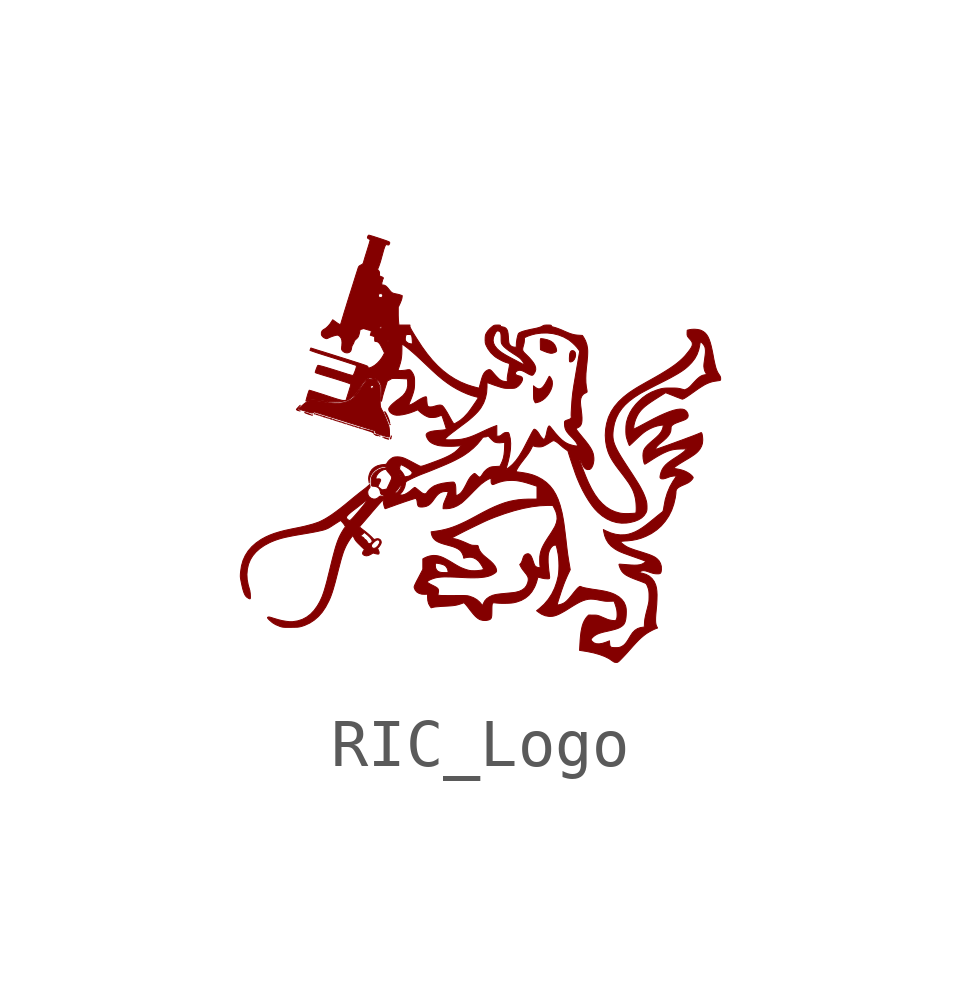
<source format=kicad_sym>
(kicad_symbol_lib
  (version 20220914)
  (generator kicad_symbol_editor)
  (symbol "RIC_Logo"
    (pin_names
      (offset 1.016))
    (property "Reference" "#G"
      (at 0 3.812 0)
      (effects (font (size 1.27 1.27)) hide))
    (symbol "RIC_Logo_0_0"
      (polyline (pts (xy -3.755 0.781) (xy -3.76 0.785) (xy -3.764 0.781) (xy -3.76 0.777) (xy -3.755 0.781)) (stroke (width 0.01) (type default)) (fill (type outline)))
      (polyline (pts (xy -2.202 0.294) (xy -2.206 0.299) (xy -2.211 0.294) (xy -2.206 0.29) (xy -2.202 0.294)) (stroke (width 0.01) (type default)) (fill (type outline)))
      (polyline (pts (xy -2.091 0.26) (xy -2.095 0.265) (xy -2.1 0.26) (xy -2.095 0.256) (xy -2.091 0.26)) (stroke (width 0.01) (type default)) (fill (type outline)))
      (polyline (pts (xy -2.023 0.235) (xy -2.027 0.239) (xy -2.031 0.235) (xy -2.027 0.231) (xy -2.023 0.235)) (stroke (width 0.01) (type default)) (fill (type outline)))
      (polyline (pts (xy -1.878 0.499) (xy -1.882 0.504) (xy -1.886 0.499) (xy -1.882 0.495) (xy -1.878 0.499)) (stroke (width 0.01) (type default)) (fill (type outline)))
      (polyline (pts (xy -3.496 0.694) (xy -3.497 0.697) (xy -3.501 0.698) (xy -3.518 0.697) (xy -3.52 0.694) (xy -3.508 0.693) (xy -3.496 0.694)) (stroke (width 0.01) (type default)) (fill (type outline)))
      (polyline (pts (xy -3.444 0.718) (xy -3.442 0.722) (xy -3.445 0.724) (xy -3.458 0.723) (xy -3.462 0.72) (xy -3.453 0.718) (xy -3.444 0.718)) (stroke (width 0.01) (type default)) (fill (type outline)))
      (polyline (pts (xy -3.358 0.692) (xy -3.357 0.697) (xy -3.358 0.698) (xy -3.368 0.697) (xy -3.37 0.695) (xy -3.363 0.691) (xy -3.358 0.692)) (stroke (width 0.01) (type default)) (fill (type outline)))
      (polyline (pts (xy -3.333 0.683) (xy -3.331 0.689) (xy -3.333 0.69) (xy -3.343 0.689) (xy -3.344 0.686) (xy -3.337 0.683) (xy -3.333 0.683)) (stroke (width 0.01) (type default)) (fill (type outline)))
      (polyline (pts (xy -3.307 0.675) (xy -3.306 0.68) (xy -3.307 0.681) (xy -3.317 0.68) (xy -3.319 0.677) (xy -3.312 0.674) (xy -3.307 0.675)) (stroke (width 0.01) (type default)) (fill (type outline)))
      (polyline (pts (xy -3.196 0.641) (xy -3.195 0.646) (xy -3.196 0.647) (xy -3.206 0.646) (xy -3.208 0.643) (xy -3.201 0.64) (xy -3.196 0.641)) (stroke (width 0.01) (type default)) (fill (type outline)))
      (polyline (pts (xy -3.171 0.632) (xy -3.169 0.637) (xy -3.171 0.638) (xy -3.181 0.637) (xy -3.182 0.635) (xy -3.175 0.632) (xy -3.171 0.632)) (stroke (width 0.01) (type default)) (fill (type outline)))
      (polyline (pts (xy -3.145 0.624) (xy -3.144 0.629) (xy -3.145 0.63) (xy -3.155 0.629) (xy -3.156 0.626) (xy -3.149 0.623) (xy -3.145 0.624)) (stroke (width 0.01) (type default)) (fill (type outline)))
      (polyline (pts (xy -3.059 0.598) (xy -3.058 0.603) (xy -3.06 0.604) (xy -3.07 0.603) (xy -3.071 0.601) (xy -3.064 0.598) (xy -3.059 0.598)) (stroke (width 0.01) (type default)) (fill (type outline)))
      (polyline (pts (xy -3.034 0.59) (xy -3.033 0.595) (xy -3.034 0.596) (xy -3.044 0.595) (xy -3.045 0.592) (xy -3.038 0.589) (xy -3.034 0.59)) (stroke (width 0.01) (type default)) (fill (type outline)))
      (polyline (pts (xy -3.008 0.581) (xy -3.007 0.586) (xy -3.008 0.587) (xy -3.018 0.586) (xy -3.02 0.584) (xy -3.013 0.58) (xy -3.008 0.581)) (stroke (width 0.01) (type default)) (fill (type outline)))
      (polyline (pts (xy -2.983 0.573) (xy -2.982 0.578) (xy -2.983 0.579) (xy -2.993 0.578) (xy -2.994 0.575) (xy -2.987 0.572) (xy -2.983 0.573)) (stroke (width 0.01) (type default)) (fill (type outline)))
      (polyline (pts (xy -2.957 0.564) (xy -2.956 0.569) (xy -2.957 0.57) (xy -2.967 0.569) (xy -2.969 0.567) (xy -2.962 0.563) (xy -2.957 0.564)) (stroke (width 0.01) (type default)) (fill (type outline)))
      (polyline (pts (xy -2.924 0.556) (xy -2.921 0.56) (xy -2.924 0.562) (xy -2.938 0.561) (xy -2.942 0.558) (xy -2.932 0.555) (xy -2.924 0.556)) (stroke (width 0.01) (type default)) (fill (type outline)))
      (polyline (pts (xy -2.897 0.547) (xy -2.896 0.552) (xy -2.897 0.553) (xy -2.908 0.552) (xy -2.909 0.549) (xy -2.902 0.546) (xy -2.897 0.547)) (stroke (width 0.01) (type default)) (fill (type outline)))
      (polyline (pts (xy -2.872 0.538) (xy -2.871 0.543) (xy -2.872 0.544) (xy -2.882 0.543) (xy -2.883 0.541) (xy -2.876 0.538) (xy -2.872 0.538)) (stroke (width 0.01) (type default)) (fill (type outline)))
      (polyline (pts (xy -2.846 0.53) (xy -2.845 0.535) (xy -2.846 0.536) (xy -2.856 0.535) (xy -2.858 0.532) (xy -2.851 0.529) (xy -2.846 0.53)) (stroke (width 0.01) (type default)) (fill (type outline)))
      (polyline (pts (xy -2.821 0.521) (xy -2.819 0.526) (xy -2.821 0.527) (xy -2.831 0.526) (xy -2.832 0.524) (xy -2.825 0.521) (xy -2.821 0.521)) (stroke (width 0.01) (type default)) (fill (type outline)))
      (polyline (pts (xy -2.795 0.513) (xy -2.794 0.518) (xy -2.795 0.519) (xy -2.805 0.518) (xy -2.807 0.515) (xy -2.799 0.512) (xy -2.795 0.513)) (stroke (width 0.01) (type default)) (fill (type outline)))
      (polyline (pts (xy -2.761 0.504) (xy -2.76 0.509) (xy -2.761 0.51) (xy -2.771 0.509) (xy -2.772 0.507) (xy -2.765 0.504) (xy -2.761 0.504)) (stroke (width 0.01) (type default)) (fill (type outline)))
      (polyline (pts (xy -2.735 0.496) (xy -2.734 0.501) (xy -2.735 0.502) (xy -2.745 0.501) (xy -2.747 0.498) (xy -2.74 0.495) (xy -2.735 0.496)) (stroke (width 0.01) (type default)) (fill (type outline)))
      (polyline (pts (xy -2.71 0.487) (xy -2.708 0.492) (xy -2.71 0.493) (xy -2.72 0.492) (xy -2.721 0.49) (xy -2.714 0.486) (xy -2.71 0.487)) (stroke (width 0.01) (type default)) (fill (type outline)))
      (polyline (pts (xy -2.684 0.479) (xy -2.683 0.484) (xy -2.684 0.485) (xy -2.694 0.484) (xy -2.696 0.481) (xy -2.688 0.478) (xy -2.684 0.479)) (stroke (width 0.01) (type default)) (fill (type outline)))
      (polyline (pts (xy -2.658 0.47) (xy -2.657 0.475) (xy -2.658 0.476) (xy -2.669 0.475) (xy -2.67 0.473) (xy -2.663 0.469) (xy -2.658 0.47)) (stroke (width 0.01) (type default)) (fill (type outline)))
      (polyline (pts (xy -2.625 0.462) (xy -2.623 0.466) (xy -2.626 0.468) (xy -2.639 0.467) (xy -2.643 0.464) (xy -2.634 0.462) (xy -2.625 0.462)) (stroke (width 0.01) (type default)) (fill (type outline)))
      (polyline (pts (xy -2.599 0.453) (xy -2.597 0.458) (xy -2.599 0.459) (xy -2.609 0.458) (xy -2.61 0.456) (xy -2.603 0.452) (xy -2.599 0.453)) (stroke (width 0.01) (type default)) (fill (type outline)))
      (polyline (pts (xy -2.573 0.445) (xy -2.572 0.45) (xy -2.573 0.451) (xy -2.583 0.45) (xy -2.585 0.447) (xy -2.578 0.444) (xy -2.573 0.445)) (stroke (width 0.01) (type default)) (fill (type outline)))
      (polyline (pts (xy -2.547 0.436) (xy -2.546 0.441) (xy -2.547 0.442) (xy -2.558 0.441) (xy -2.559 0.438) (xy -2.552 0.435) (xy -2.547 0.436)) (stroke (width 0.01) (type default)) (fill (type outline)))
      (polyline (pts (xy -2.462 0.41) (xy -2.461 0.415) (xy -2.462 0.416) (xy -2.472 0.415) (xy -2.474 0.413) (xy -2.467 0.41) (xy -2.462 0.41)) (stroke (width 0.01) (type default)) (fill (type outline)))
      (polyline (pts (xy -1.854 0.244) (xy -1.855 0.258) (xy -1.858 0.262) (xy -1.86 0.253) (xy -1.859 0.244) (xy -1.855 0.241) (xy -1.854 0.244)) (stroke (width 0.01) (type default)) (fill (type outline)))
      (polyline (pts (xy -3.383 0.703) (xy -3.393 0.708) (xy -3.404 0.713) (xy -3.422 0.716) (xy -3.428 0.714) (xy -3.418 0.708) (xy -3.407 0.704) (xy -3.388 0.701) (xy -3.383 0.703)) (stroke (width 0.01) (type default)) (fill (type outline)))
      (polyline (pts (xy -3.085 0.609) (xy -3.094 0.615) (xy -3.106 0.619) (xy -3.124 0.622) (xy -3.129 0.62) (xy -3.119 0.615) (xy -3.108 0.611) (xy -3.09 0.607) (xy -3.085 0.609)) (stroke (width 0.01) (type default)) (fill (type outline)))
      (polyline (pts (xy -2.487 0.421) (xy -2.496 0.427) (xy -2.508 0.431) (xy -2.526 0.434) (xy -2.531 0.432) (xy -2.522 0.427) (xy -2.51 0.423) (xy -2.492 0.419) (xy -2.487 0.421)) (stroke (width 0.01) (type default)) (fill (type outline)))
      (polyline (pts (xy -1.869 0.201) (xy -1.865 0.205) (xy -1.861 0.22) (xy -1.861 0.222) (xy -1.863 0.23) (xy -1.869 0.222) (xy -1.873 0.215) (xy -1.877 0.202) (xy -1.877 0.2) (xy -1.869 0.201)) (stroke (width 0.01) (type default)) (fill (type outline)))
      (polyline (pts (xy -2.123 0.267) (xy -2.127 0.271) (xy -2.146 0.278) (xy -2.161 0.283) (xy -2.179 0.287) (xy -2.19 0.286) (xy -2.19 0.282) (xy -2.176 0.275) (xy -2.159 0.269) (xy -2.134 0.266) (xy -2.134 0.266) (xy -2.123 0.267)) (stroke (width 0.01) (type default)) (fill (type outline)))
      (polyline (pts (xy -3.224 0.65) (xy -3.228 0.654) (xy -3.243 0.661) (xy -3.247 0.663) (xy -3.27 0.67) (xy -3.286 0.673) (xy -3.288 0.673) (xy -3.285 0.669) (xy -3.269 0.661) (xy -3.265 0.66) (xy -3.242 0.653) (xy -3.226 0.65) (xy -3.224 0.65)) (stroke (width 0.01) (type default)) (fill (type outline)))
      (polyline (pts (xy -1.912 0.194) (xy -1.911 0.197) (xy -1.917 0.201) (xy -1.933 0.206) (xy -1.962 0.216) (xy -1.989 0.223) (xy -2.008 0.227) (xy -2.01 0.225) (xy -1.996 0.218) (xy -1.966 0.207) (xy -1.942 0.2) (xy -1.922 0.194) (xy -1.913 0.193) (xy -1.912 0.194)) (stroke (width 0.01) (type default)) (fill (type outline)))
      (polyline (pts (xy -3.535 0.704) (xy -3.538 0.706) (xy -3.553 0.713) (xy -3.577 0.722) (xy -3.604 0.732) (xy -3.63 0.741) (xy -3.65 0.747) (xy -3.659 0.748) (xy -3.656 0.745) (xy -3.641 0.737) (xy -3.617 0.728) (xy -3.598 0.721) (xy -3.574 0.712) (xy -3.559 0.706) (xy -3.548 0.703) (xy -3.536 0.701) (xy -3.535 0.704)) (stroke (width 0.01) (type default)) (fill (type outline)))
      (polyline (pts (xy -3.778 0.789) (xy -3.788 0.798) (xy -3.794 0.804) (xy -3.804 0.817) (xy -3.803 0.832) (xy -3.791 0.853) (xy -3.766 0.883) (xy -3.755 0.895) (xy -3.752 0.899) (xy -3.76 0.892) (xy -3.779 0.873) (xy -3.79 0.861) (xy -3.812 0.837) (xy -3.827 0.82) (xy -3.832 0.811) (xy -3.828 0.805) (xy -3.813 0.796) (xy -3.796 0.789) (xy -3.782 0.786) (xy -3.778 0.789)) (stroke (width 0.01) (type default)) (fill (type outline)))
      (polyline (pts (xy -1.889 0.53) (xy -1.892 0.548) (xy -1.899 0.577) (xy -1.904 0.594) (xy -1.919 0.634) (xy -1.937 0.676) (xy -1.956 0.714) (xy -1.974 0.745) (xy -1.988 0.763) (xy -1.99 0.765) (xy -1.994 0.764) (xy -1.99 0.751) (xy -1.979 0.724) (xy -1.96 0.682) (xy -1.941 0.642) (xy -1.924 0.604) (xy -1.911 0.573) (xy -1.903 0.553) (xy -1.895 0.533) (xy -1.89 0.524) (xy -1.889 0.53)) (stroke (width 0.01) (type default)) (fill (type outline)))
      (polyline (pts (xy -2.221 0.327) (xy -2.219 0.336) (xy -2.22 0.345) (xy -2.228 0.348) (xy -2.248 0.354) (xy -2.278 0.363) (xy -2.313 0.373) (xy -2.351 0.383) (xy -2.386 0.393) (xy -2.417 0.401) (xy -2.438 0.406) (xy -2.446 0.407) (xy -2.446 0.407) (xy -2.436 0.402) (xy -2.414 0.394) (xy -2.381 0.384) (xy -2.342 0.371) (xy -2.303 0.359) (xy -2.265 0.345) (xy -2.24 0.333) (xy -2.229 0.325) (xy -2.228 0.323) (xy -2.224 0.317) (xy -2.221 0.327)) (stroke (width 0.01) (type default)) (fill (type outline)))
      (polyline (pts (xy 1.9 1.806) (xy 1.924 1.819) (xy 1.928 1.823) (xy 1.956 1.857) (xy 1.974 1.9) (xy 1.982 1.947) (xy 1.981 1.955) (xy 1.975 1.995) (xy 1.957 2.022) (xy 1.929 2.036) (xy 1.918 2.037) (xy 1.893 2.032) (xy 1.875 2.012) (xy 1.861 1.976) (xy 1.86 1.971) (xy 1.856 1.944) (xy 1.854 1.91) (xy 1.852 1.875) (xy 1.853 1.843) (xy 1.854 1.819) (xy 1.858 1.807) (xy 1.859 1.806) (xy 1.876 1.801) (xy 1.9 1.806)) (stroke (width 0.01) (type default)) (fill (type outline)))
      (polyline (pts (xy 1.498 1.983) (xy 1.529 1.992) (xy 1.558 2.003) (xy 1.576 2.015) (xy 1.58 2.02) (xy 1.586 2.032) (xy 1.585 2.049) (xy 1.58 2.076) (xy 1.575 2.097) (xy 1.55 2.153) (xy 1.513 2.199) (xy 1.463 2.235) (xy 1.4 2.261) (xy 1.323 2.279) (xy 1.295 2.283) (xy 1.27 2.286) (xy 1.257 2.287) (xy 1.253 2.285) (xy 1.25 2.275) (xy 1.248 2.254) (xy 1.247 2.22) (xy 1.248 2.171) (xy 1.25 2.056) (xy 1.31 2.03) (xy 1.345 2.016) (xy 1.382 2.002) (xy 1.413 1.993) (xy 1.428 1.989) (xy 1.454 1.983) (xy 1.471 1.981) (xy 1.471 1.981) (xy 1.498 1.983)) (stroke (width 0.01) (type default)) (fill (type outline)))
      (polyline (pts (xy 1.182 0.957) (xy 1.236 0.974) (xy 1.293 1.005) (xy 1.347 1.048) (xy 1.395 1.1) (xy 1.436 1.158) (xy 1.468 1.22) (xy 1.49 1.283) (xy 1.499 1.345) (xy 1.495 1.403) (xy 1.491 1.415) (xy 1.48 1.441) (xy 1.467 1.466) (xy 1.452 1.488) (xy 1.44 1.501) (xy 1.432 1.502) (xy 1.427 1.494) (xy 1.416 1.473) (xy 1.4 1.444) (xy 1.382 1.408) (xy 1.377 1.399) (xy 1.341 1.336) (xy 1.307 1.289) (xy 1.274 1.258) (xy 1.24 1.242) (xy 1.206 1.241) (xy 1.17 1.255) (xy 1.131 1.282) (xy 1.105 1.304) (xy 1.106 1.162) (xy 1.106 1.147) (xy 1.106 1.097) (xy 1.107 1.061) (xy 1.109 1.034) (xy 1.113 1.015) (xy 1.118 0.999) (xy 1.125 0.985) (xy 1.143 0.95) (xy 1.182 0.957)) (stroke (width 0.01) (type default)) (fill (type outline)))
      (polyline (pts (xy 2.842 -4.455) (xy 2.856 -4.452) (xy 2.869 -4.444) (xy 2.886 -4.431) (xy 2.909 -4.409) (xy 2.941 -4.376) (xy 2.971 -4.345) (xy 3.01 -4.304) (xy 3.053 -4.257) (xy 3.096 -4.208) (xy 3.138 -4.161) (xy 3.174 -4.12) (xy 3.238 -4.05) (xy 3.294 -3.992) (xy 3.346 -3.943) (xy 3.396 -3.901) (xy 3.444 -3.864) (xy 3.471 -3.846) (xy 3.519 -3.817) (xy 3.571 -3.789) (xy 3.62 -3.765) (xy 3.662 -3.748) (xy 3.688 -3.739) (xy 3.67 -3.703) (xy 3.664 -3.691) (xy 3.655 -3.661) (xy 3.649 -3.623) (xy 3.647 -3.576) (xy 3.648 -3.518) (xy 3.653 -3.447) (xy 3.661 -3.361) (xy 3.671 -3.25) (xy 3.676 -3.143) (xy 3.678 -3.049) (xy 3.674 -2.97) (xy 3.666 -2.906) (xy 3.651 -2.846) (xy 3.619 -2.772) (xy 3.574 -2.71) (xy 3.518 -2.66) (xy 3.451 -2.623) (xy 3.374 -2.599) (xy 3.346 -2.593) (xy 3.324 -2.587) (xy 3.315 -2.583) (xy 3.314 -2.583) (xy 3.319 -2.574) (xy 3.334 -2.561) (xy 3.346 -2.554) (xy 3.383 -2.544) (xy 3.431 -2.548) (xy 3.489 -2.566) (xy 3.489 -2.566) (xy 3.549 -2.587) (xy 3.599 -2.602) (xy 3.642 -2.609) (xy 3.684 -2.611) (xy 3.707 -2.611) (xy 3.735 -2.606) (xy 3.752 -2.594) (xy 3.762 -2.57) (xy 3.768 -2.533) (xy 3.769 -2.524) (xy 3.767 -2.456) (xy 3.749 -2.393) (xy 3.718 -2.338) (xy 3.673 -2.292) (xy 3.662 -2.284) (xy 3.64 -2.268) (xy 3.616 -2.254) (xy 3.588 -2.24) (xy 3.554 -2.225) (xy 3.514 -2.209) (xy 3.463 -2.192) (xy 3.402 -2.172) (xy 3.328 -2.148) (xy 3.239 -2.121) (xy 3.202 -2.109) (xy 3.152 -2.091) (xy 3.105 -2.073) (xy 3.068 -2.057) (xy 3.04 -2.042) (xy 3.005 -2.02) (xy 2.972 -1.996) (xy 2.945 -1.974) (xy 2.926 -1.954) (xy 2.919 -1.94) (xy 2.924 -1.937) (xy 2.945 -1.933) (xy 2.979 -1.929) (xy 3.023 -1.926) (xy 3.052 -1.925) (xy 3.156 -1.914) (xy 3.252 -1.896) (xy 3.349 -1.868) (xy 3.443 -1.831) (xy 3.562 -1.771) (xy 3.67 -1.697) (xy 3.766 -1.612) (xy 3.85 -1.514) (xy 3.922 -1.407) (xy 3.981 -1.289) (xy 4.026 -1.161) (xy 4.058 -1.025) (xy 4.06 -1.008) (xy 4.066 -0.969) (xy 4.07 -0.935) (xy 4.071 -0.912) (xy 4.072 -0.89) (xy 4.079 -0.864) (xy 4.092 -0.842) (xy 4.114 -0.821) (xy 4.147 -0.799) (xy 4.193 -0.776) (xy 4.253 -0.75) (xy 4.284 -0.736) (xy 4.324 -0.716) (xy 4.356 -0.695) (xy 4.385 -0.67) (xy 4.407 -0.646) (xy 4.423 -0.624) (xy 4.43 -0.608) (xy 4.428 -0.6) (xy 4.414 -0.579) (xy 4.389 -0.554) (xy 4.357 -0.528) (xy 4.319 -0.503) (xy 4.28 -0.482) (xy 4.244 -0.466) (xy 4.193 -0.449) (xy 4.132 -0.434) (xy 4.059 -0.421) (xy 4.016 -0.414) (xy 4.067 -0.374) (xy 4.088 -0.359) (xy 4.122 -0.336) (xy 4.164 -0.309) (xy 4.212 -0.28) (xy 4.26 -0.251) (xy 4.289 -0.234) (xy 4.359 -0.192) (xy 4.416 -0.155) (xy 4.462 -0.123) (xy 4.499 -0.093) (xy 4.529 -0.064) (xy 4.554 -0.035) (xy 4.572 -0.011) (xy 4.604 0.047) (xy 4.623 0.107) (xy 4.629 0.175) (xy 4.628 0.201) (xy 4.625 0.241) (xy 4.62 0.278) (xy 4.613 0.307) (xy 4.605 0.325) (xy 4.597 0.33) (xy 4.588 0.327) (xy 4.566 0.318) (xy 4.535 0.305) (xy 4.498 0.29) (xy 4.472 0.28) (xy 4.429 0.263) (xy 4.376 0.243) (xy 4.316 0.221) (xy 4.25 0.196) (xy 4.18 0.17) (xy 4.107 0.144) (xy 4.035 0.117) (xy 3.963 0.091) (xy 3.895 0.066) (xy 3.832 0.044) (xy 3.776 0.024) (xy 3.728 0.007) (xy 3.692 -0.006) (xy 3.667 -0.014) (xy 3.656 -0.017) (xy 3.655 -0.014) (xy 3.653 -0.0003) (xy 3.653 0.002) (xy 3.662 0.024) (xy 3.686 0.053) (xy 3.724 0.09) (xy 3.776 0.132) (xy 3.812 0.161) (xy 3.871 0.215) (xy 3.915 0.265) (xy 3.946 0.314) (xy 3.963 0.361) (xy 3.969 0.41) (xy 3.969 0.421) (xy 3.971 0.447) (xy 3.978 0.464) (xy 3.992 0.48) (xy 4.001 0.487) (xy 4.019 0.501) (xy 4.042 0.514) (xy 4.072 0.528) (xy 4.112 0.543) (xy 4.165 0.563) (xy 4.186 0.57) (xy 4.231 0.587) (xy 4.264 0.601) (xy 4.287 0.615) (xy 4.303 0.629) (xy 4.315 0.644) (xy 4.321 0.655) (xy 4.326 0.687) (xy 4.319 0.723) (xy 4.302 0.757) (xy 4.277 0.787) (xy 4.245 0.808) (xy 4.213 0.817) (xy 4.161 0.82) (xy 4.098 0.813) (xy 4.024 0.796) (xy 3.938 0.768) (xy 3.84 0.729) (xy 3.73 0.68) (xy 3.608 0.62) (xy 3.473 0.548) (xy 3.467 0.545) (xy 3.415 0.517) (xy 3.364 0.49) (xy 3.318 0.465) (xy 3.28 0.445) (xy 3.253 0.432) (xy 3.192 0.401) (xy 3.192 0.431) (xy 3.192 0.434) (xy 3.197 0.483) (xy 3.211 0.541) (xy 3.231 0.603) (xy 3.257 0.662) (xy 3.28 0.706) (xy 3.307 0.748) (xy 3.339 0.789) (xy 3.377 0.829) (xy 3.423 0.871) (xy 3.478 0.914) (xy 3.544 0.961) (xy 3.622 1.013) (xy 3.713 1.071) (xy 3.856 1.161) (xy 4.021 1.096) (xy 4.034 1.091) (xy 4.083 1.071) (xy 4.128 1.054) (xy 4.164 1.04) (xy 4.189 1.031) (xy 4.201 1.027) (xy 4.203 1.026) (xy 4.218 1.03) (xy 4.243 1.041) (xy 4.278 1.062) (xy 4.323 1.092) (xy 4.381 1.132) (xy 4.451 1.182) (xy 4.461 1.189) (xy 4.54 1.245) (xy 4.61 1.29) (xy 4.671 1.327) (xy 4.727 1.354) (xy 4.78 1.375) (xy 4.831 1.39) (xy 4.883 1.4) (xy 4.884 1.4) (xy 4.919 1.405) (xy 4.951 1.41) (xy 4.974 1.413) (xy 4.983 1.415) (xy 4.996 1.42) (xy 5.001 1.432) (xy 5.002 1.456) (xy 5 1.479) (xy 4.991 1.505) (xy 4.972 1.535) (xy 4.953 1.563) (xy 4.935 1.595) (xy 4.919 1.632) (xy 4.904 1.674) (xy 4.89 1.726) (xy 4.876 1.787) (xy 4.86 1.861) (xy 4.844 1.95) (xy 4.828 2.032) (xy 4.807 2.126) (xy 4.786 2.205) (xy 4.763 2.271) (xy 4.738 2.326) (xy 4.71 2.37) (xy 4.678 2.406) (xy 4.642 2.434) (xy 4.602 2.456) (xy 4.576 2.466) (xy 4.524 2.477) (xy 4.465 2.482) (xy 4.407 2.481) (xy 4.353 2.473) (xy 4.306 2.462) (xy 4.303 2.416) (xy 4.303 2.403) (xy 4.303 2.368) (xy 4.31 2.34) (xy 4.326 2.315) (xy 4.352 2.284) (xy 4.367 2.268) (xy 4.39 2.24) (xy 4.404 2.217) (xy 4.411 2.194) (xy 4.413 2.168) (xy 4.412 2.163) (xy 4.407 2.136) (xy 4.392 2.104) (xy 4.367 2.065) (xy 4.332 2.018) (xy 4.285 1.96) (xy 4.252 1.921) (xy 4.204 1.872) (xy 4.15 1.823) (xy 4.09 1.773) (xy 4.023 1.723) (xy 3.946 1.67) (xy 3.858 1.614) (xy 3.759 1.553) (xy 3.647 1.488) (xy 3.521 1.417) (xy 3.454 1.38) (xy 3.372 1.333) (xy 3.3 1.292) (xy 3.239 1.255) (xy 3.184 1.22) (xy 3.134 1.187) (xy 3.086 1.154) (xy 2.978 1.069) (xy 2.877 0.974) (xy 2.792 0.874) (xy 2.724 0.771) (xy 2.672 0.663) (xy 2.659 0.629) (xy 2.626 0.515) (xy 2.606 0.396) (xy 2.599 0.275) (xy 2.606 0.155) (xy 2.625 0.039) (xy 2.657 -0.069) (xy 2.674 -0.112) (xy 2.695 -0.158) (xy 2.719 -0.204) (xy 2.747 -0.252) (xy 2.781 -0.304) (xy 2.822 -0.363) (xy 2.872 -0.43) (xy 2.932 -0.508) (xy 2.984 -0.576) (xy 3.039 -0.651) (xy 3.086 -0.717) (xy 3.123 -0.777) (xy 3.154 -0.832) (xy 3.179 -0.884) (xy 3.198 -0.936) (xy 3.214 -0.989) (xy 3.227 -1.045) (xy 3.228 -1.052) (xy 3.234 -1.09) (xy 3.239 -1.135) (xy 3.242 -1.183) (xy 3.244 -1.229) (xy 3.244 -1.272) (xy 3.242 -1.308) (xy 3.239 -1.333) (xy 3.233 -1.345) (xy 3.231 -1.346) (xy 3.213 -1.349) (xy 3.183 -1.351) (xy 3.143 -1.353) (xy 3.099 -1.355) (xy 3.083 -1.356) (xy 3.026 -1.356) (xy 2.98 -1.355) (xy 2.94 -1.351) (xy 2.901 -1.345) (xy 2.901 -1.345) (xy 2.802 -1.317) (xy 2.708 -1.275) (xy 2.62 -1.219) (xy 2.537 -1.148) (xy 2.458 -1.061) (xy 2.384 -0.959) (xy 2.314 -0.841) (xy 2.247 -0.706) (xy 2.245 -0.701) (xy 2.23 -0.667) (xy 2.212 -0.624) (xy 2.191 -0.574) (xy 2.17 -0.521) (xy 2.148 -0.466) (xy 2.127 -0.412) (xy 2.107 -0.362) (xy 2.09 -0.317) (xy 2.077 -0.281) (xy 2.069 -0.256) (xy 2.066 -0.244) (xy 2.066 -0.24) (xy 2.072 -0.24) (xy 2.083 -0.252) (xy 2.095 -0.272) (xy 2.109 -0.297) (xy 2.121 -0.325) (xy 2.133 -0.353) (xy 2.16 -0.398) (xy 2.192 -0.427) (xy 2.228 -0.44) (xy 2.271 -0.438) (xy 2.277 -0.436) (xy 2.301 -0.419) (xy 2.322 -0.39) (xy 2.341 -0.349) (xy 2.354 -0.302) (xy 2.362 -0.25) (xy 2.362 -0.197) (xy 2.357 -0.153) (xy 2.348 -0.108) (xy 2.333 -0.064) (xy 2.311 -0.018) (xy 2.281 0.032) (xy 2.242 0.088) (xy 2.193 0.152) (xy 2.132 0.226) (xy 2.102 0.263) (xy 2.063 0.31) (xy 2.034 0.347) (xy 2.013 0.374) (xy 2 0.393) (xy 1.993 0.406) (xy 1.992 0.413) (xy 1.996 0.416) (xy 2 0.418) (xy 2.018 0.427) (xy 2.041 0.439) (xy 2.052 0.445) (xy 2.077 0.466) (xy 2.095 0.494) (xy 2.108 0.531) (xy 2.114 0.578) (xy 2.115 0.637) (xy 2.11 0.71) (xy 2.1 0.796) (xy 2.095 0.84) (xy 2.088 0.892) (xy 2.085 0.933) (xy 2.083 0.965) (xy 2.084 0.992) (xy 2.087 1.016) (xy 2.092 1.042) (xy 2.095 1.052) (xy 2.115 1.097) (xy 2.148 1.133) (xy 2.189 1.156) (xy 2.196 1.159) (xy 2.209 1.164) (xy 2.217 1.171) (xy 2.221 1.182) (xy 2.22 1.201) (xy 2.215 1.231) (xy 2.207 1.275) (xy 2.204 1.296) (xy 2.196 1.373) (xy 2.194 1.462) (xy 2.197 1.56) (xy 2.206 1.664) (xy 2.211 1.713) (xy 2.22 1.794) (xy 2.226 1.861) (xy 2.231 1.916) (xy 2.233 1.962) (xy 2.234 2.001) (xy 2.234 2.034) (xy 2.232 2.064) (xy 2.229 2.093) (xy 2.217 2.159) (xy 2.189 2.241) (xy 2.15 2.313) (xy 2.123 2.353) (xy 2.041 2.358) (xy 2.016 2.36) (xy 1.967 2.366) (xy 1.92 2.377) (xy 1.869 2.392) (xy 1.812 2.415) (xy 1.743 2.444) (xy 1.695 2.466) (xy 1.621 2.495) (xy 1.557 2.517) (xy 1.504 2.531) (xy 1.503 2.531) (xy 1.483 2.539) (xy 1.477 2.553) (xy 1.476 2.559) (xy 1.471 2.564) (xy 1.459 2.567) (xy 1.436 2.569) (xy 1.399 2.569) (xy 1.365 2.569) (xy 1.335 2.566) (xy 1.314 2.561) (xy 1.299 2.553) (xy 1.281 2.542) (xy 1.255 2.53) (xy 1.222 2.519) (xy 1.179 2.507) (xy 1.124 2.495) (xy 1.054 2.481) (xy 1.026 2.475) (xy 0.957 2.459) (xy 0.897 2.443) (xy 0.849 2.426) (xy 0.814 2.41) (xy 0.794 2.395) (xy 0.791 2.39) (xy 0.782 2.367) (xy 0.773 2.333) (xy 0.763 2.293) (xy 0.756 2.25) (xy 0.75 2.209) (xy 0.748 2.174) (xy 0.747 2.108) (xy 0.713 2.108) (xy 0.709 2.108) (xy 0.666 2.117) (xy 0.629 2.139) (xy 0.604 2.171) (xy 0.602 2.173) (xy 0.595 2.193) (xy 0.59 2.22) (xy 0.586 2.256) (xy 0.583 2.307) (xy 0.582 2.328) (xy 0.576 2.393) (xy 0.566 2.443) (xy 0.55 2.48) (xy 0.528 2.506) (xy 0.498 2.523) (xy 0.461 2.531) (xy 0.435 2.536) (xy 0.422 2.543) (xy 0.418 2.553) (xy 0.418 2.555) (xy 0.415 2.563) (xy 0.406 2.567) (xy 0.386 2.569) (xy 0.353 2.569) (xy 0.34 2.569) (xy 0.31 2.568) (xy 0.289 2.564) (xy 0.27 2.555) (xy 0.248 2.539) (xy 0.2 2.499) (xy 0.153 2.447) (xy 0.119 2.394) (xy 0.117 2.389) (xy 0.107 2.366) (xy 0.102 2.342) (xy 0.099 2.312) (xy 0.098 2.27) (xy 0.098 2.249) (xy 0.264 2.249) (xy 0.271 2.309) (xy 0.295 2.371) (xy 0.313 2.405) (xy 0.328 2.43) (xy 0.342 2.443) (xy 0.357 2.447) (xy 0.376 2.445) (xy 0.387 2.442) (xy 0.405 2.432) (xy 0.418 2.415) (xy 0.426 2.388) (xy 0.43 2.35) (xy 0.431 2.296) (xy 0.431 2.292) (xy 0.431 2.249) (xy 0.433 2.22) (xy 0.436 2.198) (xy 0.442 2.182) (xy 0.451 2.166) (xy 0.456 2.158) (xy 0.49 2.118) (xy 0.539 2.075) (xy 0.601 2.028) (xy 0.675 1.979) (xy 0.685 1.972) (xy 0.727 1.946) (xy 0.765 1.92) (xy 0.797 1.898) (xy 0.817 1.882) (xy 0.842 1.858) (xy 0.871 1.824) (xy 0.894 1.79) (xy 0.908 1.76) (xy 0.91 1.748) (xy 0.905 1.741) (xy 0.891 1.749) (xy 0.886 1.752) (xy 0.868 1.763) (xy 0.838 1.779) (xy 0.798 1.8) (xy 0.752 1.825) (xy 0.7 1.852) (xy 0.661 1.872) (xy 0.59 1.91) (xy 0.532 1.942) (xy 0.484 1.971) (xy 0.445 1.996) (xy 0.411 2.021) (xy 0.382 2.045) (xy 0.354 2.071) (xy 0.343 2.082) (xy 0.3 2.137) (xy 0.274 2.192) (xy 0.264 2.249) (xy 0.098 2.249) (xy 0.099 2.237) (xy 0.1 2.207) (xy 0.105 2.182) (xy 0.114 2.157) (xy 0.129 2.125) (xy 0.16 2.069) (xy 0.219 1.99) (xy 0.293 1.92) (xy 0.323 1.897) (xy 0.369 1.869) (xy 0.421 1.84) (xy 0.473 1.814) (xy 0.522 1.794) (xy 0.561 1.782) (xy 0.562 1.781) (xy 0.58 1.777) (xy 0.593 1.772) (xy 0.601 1.765) (xy 0.604 1.752) (xy 0.604 1.732) (xy 0.599 1.701) (xy 0.591 1.659) (xy 0.58 1.602) (xy 0.57 1.548) (xy 0.562 1.497) (xy 0.558 1.459) (xy 0.559 1.432) (xy 0.564 1.391) (xy 0.535 1.391) (xy 0.522 1.392) (xy 0.492 1.397) (xy 0.46 1.405) (xy 0.445 1.411) (xy 0.418 1.425) (xy 0.389 1.446) (xy 0.356 1.478) (xy 0.317 1.519) (xy 0.27 1.573) (xy 0.26 1.585) (xy 0.233 1.615) (xy 0.212 1.633) (xy 0.195 1.641) (xy 0.177 1.641) (xy 0.157 1.635) (xy 0.142 1.628) (xy 0.112 1.609) (xy 0.087 1.584) (xy 0.065 1.551) (xy 0.044 1.507) (xy 0.025 1.45) (xy 0.005 1.379) (xy 0.001 1.362) (xy -0.01 1.322) (xy -0.019 1.289) (xy -0.025 1.267) (xy -0.028 1.258) (xy -0.029 1.258) (xy -0.042 1.259) (xy -0.066 1.265) (xy -0.101 1.274) (xy -0.141 1.285) (xy -0.183 1.297) (xy -0.226 1.311) (xy -0.264 1.323) (xy -0.296 1.335) (xy -0.407 1.381) (xy -0.535 1.448) (xy -0.657 1.526) (xy -0.775 1.617) (xy -0.89 1.721) (xy -1.001 1.839) (xy -1.11 1.972) (xy -1.218 2.121) (xy -1.325 2.286) (xy -1.366 2.351) (xy -1.398 2.404) (xy -1.423 2.446) (xy -1.442 2.479) (xy -1.454 2.504) (xy -1.463 2.522) (xy -1.467 2.536) (xy -1.468 2.547) (xy -1.468 2.569) (xy -1.583 2.569) (xy -1.697 2.569) (xy -1.704 2.635) (xy -1.704 2.637) (xy -1.707 2.672) (xy -1.709 2.719) (xy -1.711 2.77) (xy -1.711 2.821) (xy -1.711 2.94) (xy -1.673 3.021) (xy -1.665 3.04) (xy -1.649 3.08) (xy -1.637 3.116) (xy -1.632 3.142) (xy -1.628 3.181) (xy -1.665 3.195) (xy -1.686 3.202) (xy -1.722 3.211) (xy -1.758 3.218) (xy -1.795 3.226) (xy -1.827 3.236) (xy -1.853 3.253) (xy -1.877 3.278) (xy -1.906 3.314) (xy -1.937 3.352) (xy -1.97 3.383) (xy -2.004 3.4) (xy -2.039 3.405) (xy -2.04 3.405) (xy -2.059 3.409) (xy -2.065 3.417) (xy -2.056 3.427) (xy -2.052 3.433) (xy -2.051 3.449) (xy -2.052 3.459) (xy -2.048 3.47) (xy -2.043 3.477) (xy -2.04 3.494) (xy -2.037 3.509) (xy -2.027 3.531) (xy -2.021 3.544) (xy -2.024 3.556) (xy -2.039 3.567) (xy -2.07 3.579) (xy -2.087 3.586) (xy -2.098 3.594) (xy -2.102 3.608) (xy -2.101 3.633) (xy -2.101 3.66) (xy -2.106 3.682) (xy -2.12 3.702) (xy -2.142 3.727) (xy -2.117 3.786) (xy -2.111 3.803) (xy -2.098 3.84) (xy -2.083 3.886) (xy -2.068 3.938) (xy -2.054 3.99) (xy -2.048 4.011) (xy -2.027 4.087) (xy -2.01 4.147) (xy -1.995 4.191) (xy -1.982 4.222) (xy -1.972 4.24) (xy -1.963 4.245) (xy -1.95 4.243) (xy -1.928 4.238) (xy -1.915 4.236) (xy -1.904 4.241) (xy -1.895 4.259) (xy -1.889 4.275) (xy -1.889 4.288) (xy -1.9 4.301) (xy -1.904 4.303) (xy -1.922 4.311) (xy -1.953 4.323) (xy -1.993 4.337) (xy -2.04 4.353) (xy -2.091 4.37) (xy -2.143 4.387) (xy -2.193 4.403) (xy -2.239 4.418) (xy -2.278 4.429) (xy -2.308 4.438) (xy -2.325 4.441) (xy -2.326 4.441) (xy -2.335 4.434) (xy -2.345 4.418) (xy -2.353 4.392) (xy -2.344 4.373) (xy -2.321 4.361) (xy -2.307 4.355) (xy -2.297 4.342) (xy -2.298 4.337) (xy -2.302 4.317) (xy -2.311 4.285) (xy -2.323 4.243) (xy -2.338 4.194) (xy -2.355 4.139) (xy -2.362 4.116) (xy -2.38 4.059) (xy -2.397 4.005) (xy -2.411 3.958) (xy -2.422 3.921) (xy -2.429 3.897) (xy -2.432 3.885) (xy -2.44 3.86) (xy -2.449 3.844) (xy -2.464 3.832) (xy -2.488 3.82) (xy -2.505 3.811) (xy -2.525 3.797) (xy -2.537 3.781) (xy -2.547 3.757) (xy -2.568 3.69) (xy -2.595 3.606) (xy -2.623 3.516) (xy -2.652 3.423) (xy -2.682 3.328) (xy -2.712 3.233) (xy -2.728 3.184) (xy -2.125 3.184) (xy -2.12 3.207) (xy -2.103 3.222) (xy -2.073 3.225) (xy -2.07 3.224) (xy -2.044 3.215) (xy -2.033 3.196) (xy -2.036 3.169) (xy -2.04 3.16) (xy -2.052 3.148) (xy -2.074 3.143) (xy -2.102 3.145) (xy -2.12 3.159) (xy -2.125 3.184) (xy -2.728 3.184) (xy -2.741 3.141) (xy -2.769 3.052) (xy -2.794 2.97) (xy -2.817 2.896) (xy -2.837 2.833) (xy -2.852 2.781) (xy -2.863 2.744) (xy -2.866 2.737) (xy -2.88 2.688) (xy -2.893 2.645) (xy -2.903 2.611) (xy -2.911 2.589) (xy -2.914 2.58) (xy -2.914 2.58) (xy -2.926 2.58) (xy -2.949 2.591) (xy -2.979 2.611) (xy -3.016 2.637) (xy -3.027 2.645) (xy -3.051 2.663) (xy -3.069 2.675) (xy -3.076 2.679) (xy -3.079 2.675) (xy -3.089 2.659) (xy -3.103 2.637) (xy -3.135 2.59) (xy -3.173 2.546) (xy -3.211 2.51) (xy -3.226 2.5) (xy -2.1 2.5) (xy -2.099 2.509) (xy -2.09 2.527) (xy -2.074 2.535) (xy -2.065 2.534) (xy -2.052 2.525) (xy -2.054 2.506) (xy -2.063 2.497) (xy -2.078 2.493) (xy -2.093 2.493) (xy -2.1 2.5) (xy -3.226 2.5) (xy -3.245 2.487) (xy -3.273 2.471) (xy -3.298 2.446) (xy -3.311 2.416) (xy -3.312 2.375) (xy -3.306 2.355) (xy -3.288 2.33) (xy -3.262 2.308) (xy -3.232 2.293) (xy -3.232 2.293) (xy -3.213 2.287) (xy -3.197 2.287) (xy -3.179 2.293) (xy -3.15 2.307) (xy -3.12 2.32) (xy -3.078 2.336) (xy -3.038 2.348) (xy -3.02 2.353) (xy -2.994 2.358) (xy -2.977 2.36) (xy -2.964 2.357) (xy -2.95 2.349) (xy -2.93 2.335) (xy -2.903 2.302) (xy -2.887 2.259) (xy -2.882 2.204) (xy -2.886 2.136) (xy -2.888 2.127) (xy -2.891 2.094) (xy -2.891 2.072) (xy -2.888 2.057) (xy -2.881 2.044) (xy -2.864 2.024) (xy -2.832 2.002) (xy -2.796 1.991) (xy -2.76 1.991) (xy -2.727 2.003) (xy -2.702 2.027) (xy -2.697 2.037) (xy -2.689 2.062) (xy -2.683 2.092) (xy -2.683 2.094) (xy -2.674 2.133) (xy -2.658 2.162) (xy -2.642 2.187) (xy -2.632 2.215) (xy -2.628 2.229) (xy -2.613 2.253) (xy -2.585 2.28) (xy -2.579 2.285) (xy -2.559 2.305) (xy -2.544 2.326) (xy -2.533 2.354) (xy -2.522 2.391) (xy -2.512 2.441) (xy -2.511 2.449) (xy -2.505 2.469) (xy -2.496 2.479) (xy -2.479 2.482) (xy -2.46 2.487) (xy -2.449 2.494) (xy -2.439 2.496) (xy -2.415 2.491) (xy -2.379 2.48) (xy -2.372 2.478) (xy -2.34 2.468) (xy -2.313 2.461) (xy -2.296 2.458) (xy -2.287 2.457) (xy -2.276 2.448) (xy -2.274 2.429) (xy -2.282 2.397) (xy -2.293 2.358) (xy -2.248 2.343) (xy -2.202 2.327) (xy -2.202 2.285) (xy -1.565 2.285) (xy -1.564 2.296) (xy -1.561 2.326) (xy -1.555 2.349) (xy -1.549 2.361) (xy -1.54 2.369) (xy -1.524 2.372) (xy -1.495 2.373) (xy -1.471 2.372) (xy -1.452 2.37) (xy -1.442 2.362) (xy -1.434 2.349) (xy -1.432 2.345) (xy -1.427 2.321) (xy -1.422 2.288) (xy -1.419 2.251) (xy -1.415 2.176) (xy -1.439 2.177) (xy -1.457 2.179) (xy -1.503 2.192) (xy -1.54 2.219) (xy -1.554 2.236) (xy -1.563 2.256) (xy -1.565 2.285) (xy -2.202 2.285) (xy -2.202 2.277) (xy -2.202 2.273) (xy -2.201 2.247) (xy -2.199 2.236) (xy -1.929 2.236) (xy -1.928 2.241) (xy -1.923 2.242) (xy -1.922 2.241) (xy -1.923 2.231) (xy -1.926 2.229) (xy -1.929 2.236) (xy -2.199 2.236) (xy -2.199 2.234) (xy -2.191 2.228) (xy -2.178 2.228) (xy -2.17 2.227) (xy -2.144 2.221) (xy -2.121 2.206) (xy -2.098 2.18) (xy -2.074 2.142) (xy -2.046 2.088) (xy -1.997 1.987) (xy -2.029 1.927) (xy -2.052 1.889) (xy -2.095 1.831) (xy -2.145 1.778) (xy -2.197 1.734) (xy -2.249 1.702) (xy -2.268 1.693) (xy -2.303 1.679) (xy -2.326 1.675) (xy -2.339 1.682) (xy -2.343 1.698) (xy -2.343 1.699) (xy -2.344 1.703) (xy -2.346 1.707) (xy -2.352 1.712) (xy -2.362 1.718) (xy -2.378 1.724) (xy -2.4 1.733) (xy -2.429 1.743) (xy -2.467 1.756) (xy -2.514 1.772) (xy -2.572 1.79) (xy -2.643 1.813) (xy -2.726 1.839) (xy -2.823 1.87) (xy -2.936 1.905) (xy -3.024 1.933) (xy -3.116 1.962) (xy -3.203 1.989) (xy -3.282 2.014) (xy -3.352 2.035) (xy -3.413 2.054) (xy -3.462 2.07) (xy -3.499 2.081) (xy -3.522 2.089) (xy -3.53 2.091) (xy -3.534 2.084) (xy -3.54 2.066) (xy -3.549 2.042) (xy -3.45 2.007) (xy -3.444 2.005) (xy -3.403 1.991) (xy -3.35 1.974) (xy -3.29 1.955) (xy -3.227 1.935) (xy -3.166 1.916) (xy -3.157 1.913) (xy -3.089 1.892) (xy -3.012 1.868) (xy -2.931 1.842) (xy -2.853 1.817) (xy -2.782 1.794) (xy -2.582 1.728) (xy -2.583 1.703) (xy -2.583 1.699) (xy -2.589 1.675) (xy -2.599 1.643) (xy -2.604 1.627) (xy -1.716 1.627) (xy -1.715 1.63) (xy -1.71 1.646) (xy -1.702 1.673) (xy -1.69 1.706) (xy -1.669 1.773) (xy -1.653 1.837) (xy -1.643 1.9) (xy -1.637 1.968) (xy -1.635 2.046) (xy -1.635 2.071) (xy -1.635 2.113) (xy -1.634 2.146) (xy -1.633 2.168) (xy -1.632 2.176) (xy -1.632 2.176) (xy -1.623 2.171) (xy -1.605 2.157) (xy -1.578 2.137) (xy -1.546 2.113) (xy -1.523 2.095) (xy -1.465 2.048) (xy -1.4 1.992) (xy -1.327 1.927) (xy -1.245 1.851) (xy -1.152 1.763) (xy -1.074 1.689) (xy -1.002 1.621) (xy -0.938 1.563) (xy -0.881 1.512) (xy -0.828 1.468) (xy -0.778 1.427) (xy -0.729 1.39) (xy -0.68 1.354) (xy -0.627 1.318) (xy -0.584 1.29) (xy -0.486 1.233) (xy -0.384 1.181) (xy -0.281 1.136) (xy -0.183 1.1) (xy -0.091 1.075) (xy -0.07 1.07) (xy -0.05 1.061) (xy -0.046 1.053) (xy -0.051 1.043) (xy -0.066 1.02) (xy -0.086 0.988) (xy -0.112 0.95) (xy -0.14 0.909) (xy -0.169 0.867) (xy -0.197 0.827) (xy -0.223 0.791) (xy -0.243 0.764) (xy -0.267 0.734) (xy -0.346 0.649) (xy -0.426 0.582) (xy -0.51 0.53) (xy -0.521 0.525) (xy -0.54 0.516) (xy -0.55 0.512) (xy -0.551 0.512) (xy -0.559 0.52) (xy -0.573 0.54) (xy -0.593 0.572) (xy -0.619 0.618) (xy -0.653 0.679) (xy -0.689 0.744) (xy -0.724 0.8) (xy -0.753 0.844) (xy -0.777 0.874) (xy -0.796 0.892) (xy -0.805 0.897) (xy -0.839 0.904) (xy -0.885 0.899) (xy -0.944 0.883) (xy -1.001 0.867) (xy -1.047 0.864) (xy -1.053 0.864) (xy -1.077 0.868) (xy -1.091 0.876) (xy -1.101 0.892) (xy -1.103 0.897) (xy -1.109 0.922) (xy -1.113 0.957) (xy -1.117 0.997) (xy -1.118 1.031) (xy -1.121 1.055) (xy -1.124 1.069) (xy -1.13 1.074) (xy -1.138 1.075) (xy -1.152 1.074) (xy -1.186 1.063) (xy -1.229 1.042) (xy -1.279 1.014) (xy -1.333 0.98) (xy -1.338 0.976) (xy -1.381 0.949) (xy -1.42 0.927) (xy -1.452 0.912) (xy -1.476 0.904) (xy -1.489 0.906) (xy -1.488 0.915) (xy -1.481 0.936) (xy -1.47 0.967) (xy -1.455 1.003) (xy -1.434 1.056) (xy -1.412 1.118) (xy -1.395 1.171) (xy -1.383 1.218) (xy -1.376 1.264) (xy -1.372 1.312) (xy -1.371 1.366) (xy -1.371 1.411) (xy -1.373 1.458) (xy -1.38 1.496) (xy -1.391 1.529) (xy -1.407 1.562) (xy -1.431 1.599) (xy -1.443 1.615) (xy -1.46 1.632) (xy -1.478 1.64) (xy -1.504 1.64) (xy -1.54 1.634) (xy -1.551 1.632) (xy -1.585 1.627) (xy -1.621 1.624) (xy -1.657 1.622) (xy -1.687 1.622) (xy -1.708 1.624) (xy -1.716 1.627) (xy -2.604 1.627) (xy -2.612 1.607) (xy -2.626 1.572) (xy -2.638 1.543) (xy -2.648 1.526) (xy -2.652 1.523) (xy -2.66 1.521) (xy -2.673 1.522) (xy -2.693 1.527) (xy -2.722 1.535) (xy -2.762 1.546) (xy -2.814 1.563) (xy -2.881 1.584) (xy -2.893 1.588) (xy -2.997 1.621) (xy -3.09 1.65) (xy -3.172 1.675) (xy -3.242 1.696) (xy -3.299 1.712) (xy -3.342 1.723) (xy -3.37 1.729) (xy -3.384 1.73) (xy -3.387 1.726) (xy -3.396 1.709) (xy -3.407 1.683) (xy -3.419 1.653) (xy -3.429 1.623) (xy -3.437 1.598) (xy -3.44 1.583) (xy -3.439 1.582) (xy -3.437 1.579) (xy -3.43 1.576) (xy -3.417 1.57) (xy -3.396 1.563) (xy -3.366 1.554) (xy -3.326 1.541) (xy -3.274 1.525) (xy -3.208 1.505) (xy -3.128 1.481) (xy -3.029 1.451) (xy -2.934 1.421) (xy -2.855 1.396) (xy -2.792 1.376) (xy -2.746 1.359) (xy -2.716 1.347) (xy -2.703 1.34) (xy -2.702 1.339) (xy -2.7 1.326) (xy -2.704 1.304) (xy -2.707 1.294) (xy -2.716 1.267) (xy -2.728 1.23) (xy -2.741 1.185) (xy -2.757 1.137) (xy -2.8 0.999) (xy -2.848 0.999) (xy -2.85 0.999) (xy -2.868 1) (xy -2.891 1.004) (xy -2.922 1.012) (xy -2.962 1.023) (xy -3.012 1.038) (xy -3.075 1.058) (xy -3.152 1.083) (xy -3.155 1.084) (xy -3.233 1.11) (xy -3.307 1.134) (xy -3.374 1.155) (xy -3.434 1.174) (xy -3.485 1.19) (xy -3.525 1.202) (xy -3.551 1.209) (xy -3.564 1.212) (xy -3.564 1.212) (xy -3.57 1.201) (xy -3.579 1.177) (xy -3.59 1.145) (xy -3.602 1.106) (xy -3.614 1.064) (xy -3.634 0.989) (xy -3.611 0.995) (xy -3.605 0.996) (xy -3.567 1.004) (xy -3.53 1.01) (xy -3.491 1.012) (xy -3.446 1.01) (xy -3.393 1.006) (xy -3.329 0.999) (xy -3.252 0.988) (xy -3.203 0.981) (xy -3.11 0.973) (xy -3.021 0.97) (xy -2.939 0.973) (xy -2.865 0.981) (xy -2.802 0.994) (xy -2.751 1.012) (xy -2.715 1.034) (xy -2.705 1.043) (xy -2.675 1.067) (xy -2.645 1.089) (xy -2.638 1.094) (xy -2.623 1.107) (xy -2.607 1.124) (xy -2.588 1.147) (xy -2.566 1.178) (xy -2.538 1.218) (xy -2.505 1.269) (xy -2.464 1.333) (xy -2.438 1.37) (xy -2.397 1.418) (xy -2.357 1.449) (xy -2.316 1.464) (xy -2.315 1.465) (xy -2.292 1.467) (xy -2.264 1.466) (xy -2.238 1.462) (xy -2.218 1.457) (xy -2.211 1.452) (xy -2.212 1.45) (xy -2.225 1.446) (xy -2.25 1.442) (xy -2.283 1.438) (xy -2.355 1.432) (xy -2.397 1.38) (xy -2.401 1.375) (xy -2.423 1.345) (xy -2.451 1.306) (xy -2.469 1.28) (xy -2.296 1.28) (xy -2.295 1.284) (xy -2.284 1.297) (xy -2.267 1.309) (xy -2.251 1.314) (xy -2.248 1.314) (xy -2.234 1.306) (xy -2.225 1.29) (xy -2.226 1.275) (xy -2.234 1.267) (xy -2.251 1.256) (xy -2.252 1.255) (xy -2.268 1.251) (xy -2.283 1.26) (xy -2.291 1.269) (xy -2.296 1.28) (xy -2.469 1.28) (xy -2.481 1.264) (xy -2.51 1.221) (xy -2.517 1.21) (xy -2.547 1.168) (xy -2.579 1.126) (xy -2.607 1.091) (xy -2.63 1.066) (xy -2.639 1.057) (xy -2.697 1.012) (xy -2.765 0.978) (xy -2.843 0.955) (xy -2.931 0.943) (xy -3.031 0.941) (xy -3.144 0.95) (xy -3.269 0.97) (xy -3.333 0.98) (xy -3.411 0.99) (xy -3.478 0.994) (xy -3.51 0.993) (xy -3.553 0.99) (xy -3.588 0.981) (xy -3.622 0.964) (xy -3.658 0.939) (xy -3.7 0.903) (xy -3.713 0.891) (xy -3.741 0.867) (xy -3.765 0.848) (xy -3.78 0.837) (xy -3.78 0.836) (xy -3.786 0.831) (xy -3.787 0.827) (xy -3.78 0.822) (xy -3.765 0.815) (xy -3.74 0.806) (xy -3.702 0.794) (xy -3.649 0.778) (xy -3.6 0.763) (xy -3.56 0.751) (xy -3.531 0.743) (xy -3.511 0.739) (xy -3.498 0.739) (xy -3.49 0.741) (xy -3.484 0.746) (xy -3.471 0.754) (xy -3.457 0.76) (xy -3.457 0.76) (xy -3.446 0.757) (xy -3.42 0.749) (xy -3.38 0.737) (xy -3.328 0.721) (xy -3.265 0.702) (xy -3.193 0.68) (xy -3.112 0.654) (xy -3.023 0.627) (xy -2.929 0.598) (xy -2.83 0.567) (xy -2.823 0.564) (xy -2.724 0.533) (xy -2.63 0.504) (xy -2.542 0.476) (xy -2.461 0.451) (xy -2.389 0.428) (xy -2.326 0.409) (xy -2.275 0.393) (xy -2.236 0.38) (xy -2.21 0.372) (xy -2.2 0.369) (xy -2.19 0.362) (xy -2.185 0.342) (xy -2.184 0.334) (xy -2.181 0.327) (xy -2.173 0.32) (xy -2.158 0.313) (xy -2.133 0.303) (xy -2.097 0.291) (xy -2.046 0.275) (xy -2.01 0.264) (xy -1.968 0.252) (xy -1.934 0.243) (xy -1.911 0.239) (xy -1.9 0.238) (xy -1.896 0.252) (xy -1.893 0.278) (xy -1.893 0.313) (xy -1.894 0.353) (xy -1.896 0.393) (xy -1.901 0.431) (xy -1.907 0.461) (xy -1.914 0.485) (xy -1.927 0.521) (xy -1.943 0.563) (xy -1.961 0.609) (xy -1.98 0.655) (xy -1.998 0.698) (xy -2.015 0.735) (xy -2.028 0.762) (xy -2.037 0.777) (xy -2.042 0.785) (xy -2.054 0.806) (xy -2.067 0.833) (xy -2.072 0.843) (xy -2.077 0.857) (xy -2.081 0.873) (xy -2.084 0.893) (xy -2.086 0.92) (xy -2.087 0.956) (xy -2.087 1.004) (xy -2.087 1.067) (xy -2.088 1.091) (xy -2.088 1.147) (xy -2.09 1.198) (xy -2.091 1.24) (xy -2.093 1.272) (xy -2.095 1.289) (xy -2.102 1.314) (xy -2.13 1.371) (xy -2.17 1.419) (xy -2.184 1.433) (xy -2.196 1.446) (xy -2.197 1.451) (xy -2.19 1.45) (xy -2.169 1.44) (xy -2.143 1.423) (xy -2.119 1.403) (xy -2.102 1.383) (xy -2.094 1.371) (xy -2.083 1.348) (xy -2.074 1.322) (xy -2.069 1.29) (xy -2.065 1.25) (xy -2.064 1.198) (xy -2.064 1.132) (xy -2.064 1.086) (xy -2.064 1.044) (xy -2.064 1.011) (xy -2.063 0.989) (xy -2.062 0.983) (xy -2.061 0.984) (xy -2.057 0.997) (xy -2.051 1.022) (xy -2.044 1.054) (xy -2.04 1.071) (xy -2.03 1.11) (xy -2.016 1.158) (xy -2 1.211) (xy -1.984 1.263) (xy -1.938 1.405) (xy -1.901 1.423) (xy -1.891 1.429) (xy -1.867 1.442) (xy -1.851 1.452) (xy -1.843 1.455) (xy -1.823 1.457) (xy -1.79 1.458) (xy -1.742 1.458) (xy -1.68 1.456) (xy -1.521 1.449) (xy -1.515 1.387) (xy -1.515 1.383) (xy -1.515 1.303) (xy -1.531 1.23) (xy -1.563 1.164) (xy -1.609 1.106) (xy -1.626 1.09) (xy -1.658 1.064) (xy -1.694 1.035) (xy -1.732 1.008) (xy -1.75 0.995) (xy -1.797 0.957) (xy -1.839 0.92) (xy -1.873 0.885) (xy -1.897 0.854) (xy -1.909 0.83) (xy -1.909 0.83) (xy -1.908 0.8) (xy -1.893 0.769) (xy -1.867 0.74) (xy -1.831 0.716) (xy -1.789 0.699) (xy -1.747 0.692) (xy -1.688 0.693) (xy -1.62 0.702) (xy -1.546 0.718) (xy -1.468 0.74) (xy -1.389 0.769) (xy -1.306 0.804) (xy -1.252 0.755) (xy -1.217 0.727) (xy -1.175 0.698) (xy -1.136 0.676) (xy -1.119 0.668) (xy -1.09 0.655) (xy -1.065 0.648) (xy -1.037 0.645) (xy -0.999 0.645) (xy -0.973 0.645) (xy -0.936 0.649) (xy -0.903 0.656) (xy -0.867 0.669) (xy -0.843 0.679) (xy -0.821 0.686) (xy -0.808 0.687) (xy -0.801 0.682) (xy -0.799 0.675) (xy -0.791 0.655) (xy -0.78 0.624) (xy -0.767 0.585) (xy -0.753 0.544) (xy -0.74 0.503) (xy -0.728 0.466) (xy -0.719 0.436) (xy -0.714 0.417) (xy -0.713 0.414) (xy -0.713 0.405) (xy -0.716 0.398) (xy -0.727 0.392) (xy -0.746 0.388) (xy -0.775 0.384) (xy -0.818 0.38) (xy -0.875 0.375) (xy -0.887 0.374) (xy -0.963 0.366) (xy -1.024 0.355) (xy -1.07 0.341) (xy -1.102 0.323) (xy -1.109 0.319) (xy -1.125 0.301) (xy -1.131 0.281) (xy -1.126 0.254) (xy -1.11 0.217) (xy -1.094 0.189) (xy -0.738 0.189) (xy -0.73 0.201) (xy -0.713 0.221) (xy -0.689 0.243) (xy -0.678 0.254) (xy -0.661 0.268) (xy -0.641 0.284) (xy -0.618 0.303) (xy -0.588 0.327) (xy -0.551 0.354) (xy -0.507 0.388) (xy -0.452 0.429) (xy -0.387 0.478) (xy -0.309 0.536) (xy -0.305 0.539) (xy -0.236 0.593) (xy -0.17 0.65) (xy -0.109 0.707) (xy -0.056 0.762) (xy -0.015 0.811) (xy 0.012 0.849) (xy 0.067 0.946) (xy 0.105 1.049) (xy 0.129 1.16) (xy 0.137 1.278) (xy 0.137 1.373) (xy 0.22 1.343) (xy 0.243 1.334) (xy 0.293 1.316) (xy 0.348 1.298) (xy 0.397 1.282) (xy 0.422 1.274) (xy 0.457 1.264) (xy 0.487 1.257) (xy 0.518 1.253) (xy 0.554 1.251) (xy 0.602 1.251) (xy 0.62 1.251) (xy 0.662 1.251) (xy 0.692 1.253) (xy 0.714 1.256) (xy 0.731 1.261) (xy 0.747 1.269) (xy 0.751 1.271) (xy 0.793 1.302) (xy 0.832 1.344) (xy 0.861 1.389) (xy 0.861 1.389) (xy 0.876 1.429) (xy 0.877 1.461) (xy 0.863 1.485) (xy 0.834 1.503) (xy 0.788 1.515) (xy 0.779 1.516) (xy 0.748 1.53) (xy 0.731 1.549) (xy 0.728 1.572) (xy 0.74 1.595) (xy 0.768 1.616) (xy 0.795 1.626) (xy 0.826 1.628) (xy 0.86 1.621) (xy 0.902 1.604) (xy 0.954 1.576) (xy 0.969 1.567) (xy 1.011 1.544) (xy 1.043 1.53) (xy 1.066 1.524) (xy 1.083 1.525) (xy 1.098 1.534) (xy 1.112 1.55) (xy 1.115 1.556) (xy 1.139 1.596) (xy 1.151 1.637) (xy 1.15 1.68) (xy 1.137 1.726) (xy 1.111 1.775) (xy 1.071 1.829) (xy 1.018 1.89) (xy 0.95 1.958) (xy 0.949 1.959) (xy 0.915 1.992) (xy 0.892 2.019) (xy 0.881 2.044) (xy 0.879 2.071) (xy 0.885 2.104) (xy 0.897 2.148) (xy 0.906 2.18) (xy 0.913 2.221) (xy 0.916 2.256) (xy 0.916 2.307) (xy 0.96 2.326) (xy 0.966 2.329) (xy 0.998 2.342) (xy 1.037 2.355) (xy 1.077 2.368) (xy 1.15 2.386) (xy 1.271 2.402) (xy 1.391 2.404) (xy 1.51 2.391) (xy 1.624 2.363) (xy 1.732 2.321) (xy 1.832 2.265) (xy 1.874 2.234) (xy 1.92 2.195) (xy 1.966 2.151) (xy 2.005 2.109) (xy 2.035 2.071) (xy 2.067 2.026) (xy 2.036 1.851) (xy 2.026 1.79) (xy 2.004 1.666) (xy 1.986 1.558) (xy 1.97 1.463) (xy 1.956 1.38) (xy 1.944 1.309) (xy 1.935 1.248) (xy 1.927 1.196) (xy 1.921 1.152) (xy 1.917 1.114) (xy 1.915 1.094) (xy 1.909 1.038) (xy 1.904 0.979) (xy 1.9 0.917) (xy 1.896 0.857) (xy 1.893 0.8) (xy 1.89 0.75) (xy 1.889 0.709) (xy 1.889 0.68) (xy 1.891 0.665) (xy 1.893 0.654) (xy 1.885 0.631) (xy 1.863 0.612) (xy 1.829 0.598) (xy 1.817 0.595) (xy 1.788 0.585) (xy 1.768 0.575) (xy 1.763 0.572) (xy 1.755 0.563) (xy 1.751 0.551) (xy 1.75 0.53) (xy 1.751 0.496) (xy 1.754 0.463) (xy 1.763 0.42) (xy 1.779 0.38) (xy 1.804 0.34) (xy 1.839 0.296) (xy 1.887 0.246) (xy 1.916 0.217) (xy 1.958 0.171) (xy 1.988 0.133) (xy 2.008 0.101) (xy 2.019 0.073) (xy 2.021 0.059) (xy 2.015 0.052) (xy 1.996 0.051) (xy 1.994 0.051) (xy 1.964 0.055) (xy 1.923 0.064) (xy 1.879 0.076) (xy 1.836 0.091) (xy 1.801 0.107) (xy 1.754 0.134) (xy 1.694 0.18) (xy 1.631 0.241) (xy 1.564 0.316) (xy 1.492 0.406) (xy 1.48 0.421) (xy 1.458 0.448) (xy 1.444 0.463) (xy 1.433 0.469) (xy 1.426 0.467) (xy 1.414 0.451) (xy 1.402 0.424) (xy 1.39 0.384) (xy 1.379 0.329) (xy 1.378 0.327) (xy 1.369 0.286) (xy 1.358 0.248) (xy 1.346 0.217) (xy 1.335 0.196) (xy 1.326 0.188) (xy 1.318 0.19) (xy 1.298 0.204) (xy 1.276 0.227) (xy 1.253 0.255) (xy 1.233 0.286) (xy 1.221 0.307) (xy 1.19 0.351) (xy 1.161 0.382) (xy 1.133 0.398) (xy 1.129 0.399) (xy 1.124 0.4) (xy 1.119 0.4) (xy 1.113 0.396) (xy 1.106 0.388) (xy 1.097 0.375) (xy 1.085 0.355) (xy 1.069 0.327) (xy 1.049 0.289) (xy 1.025 0.242) (xy 0.994 0.183) (xy 0.957 0.111) (xy 0.913 0.026) (xy 0.873 -0.049) (xy 0.806 -0.16) (xy 0.738 -0.254) (xy 0.669 -0.331) (xy 0.6 -0.391) (xy 0.59 -0.399) (xy 0.564 -0.417) (xy 0.545 -0.43) (xy 0.537 -0.435) (xy 0.537 -0.435) (xy 0.537 -0.427) (xy 0.541 -0.406) (xy 0.549 -0.374) (xy 0.56 -0.336) (xy 0.579 -0.268) (xy 0.609 -0.133) (xy 0.626 -0.01) (xy 0.63 0.102) (xy 0.622 0.203) (xy 0.601 0.292) (xy 0.593 0.314) (xy 0.585 0.327) (xy 0.572 0.332) (xy 0.549 0.333) (xy 0.525 0.332) (xy 0.499 0.325) (xy 0.473 0.31) (xy 0.442 0.285) (xy 0.426 0.272) (xy 0.402 0.259) (xy 0.376 0.256) (xy 0.341 0.256) (xy 0.341 0.367) (xy 0.341 0.478) (xy 0.271 0.452) (xy 0.258 0.447) (xy 0.22 0.431) (xy 0.173 0.411) (xy 0.122 0.388) (xy 0.073 0.365) (xy 0.055 0.357) (xy -0.026 0.319) (xy -0.095 0.288) (xy -0.154 0.263) (xy -0.206 0.243) (xy -0.254 0.227) (xy -0.298 0.214) (xy -0.344 0.203) (xy -0.391 0.193) (xy -0.403 0.191) (xy -0.437 0.187) (xy -0.48 0.184) (xy -0.527 0.181) (xy -0.577 0.18) (xy -0.624 0.179) (xy -0.667 0.179) (xy -0.703 0.181) (xy -0.727 0.183) (xy -0.738 0.187) (xy -0.738 0.189) (xy -1.094 0.189) (xy -1.092 0.186) (xy -1.059 0.145) (xy -1.016 0.113) (xy -0.961 0.086) (xy -0.891 0.064) (xy -0.885 0.062) (xy -0.846 0.056) (xy -0.795 0.05) (xy -0.736 0.047) (xy -0.672 0.045) (xy -0.608 0.044) (xy -0.548 0.046) (xy -0.495 0.05) (xy -0.467 0.052) (xy -0.435 0.055) (xy -0.412 0.056) (xy -0.403 0.056) (xy -0.403 0.053) (xy -0.412 0.041) (xy -0.43 0.021) (xy -0.453 -0.004) (xy -0.487 -0.037) (xy -0.525 -0.07) (xy -0.569 -0.101) (xy -0.618 -0.131) (xy -0.675 -0.161) (xy -0.741 -0.192) (xy -0.819 -0.225) (xy -0.91 -0.26) (xy -1.015 -0.299) (xy -1.072 -0.32) (xy -1.126 -0.339) (xy -1.167 -0.353) (xy -1.198 -0.363) (xy -1.22 -0.368) (xy -1.236 -0.371) (xy -1.248 -0.371) (xy -1.257 -0.369) (xy -1.268 -0.364) (xy -1.294 -0.351) (xy -1.329 -0.333) (xy -1.37 -0.311) (xy -1.415 -0.287) (xy -1.478 -0.254) (xy -1.534 -0.226) (xy -1.58 -0.205) (xy -1.62 -0.191) (xy -1.656 -0.182) (xy -1.691 -0.177) (xy -1.728 -0.175) (xy -1.748 -0.176) (xy -1.782 -0.178) (xy -1.808 -0.184) (xy -1.833 -0.194) (xy -1.838 -0.198) (xy -1.871 -0.22) (xy -1.903 -0.249) (xy -1.929 -0.28) (xy -1.946 -0.307) (xy -1.949 -0.314) (xy -1.956 -0.323) (xy -1.968 -0.329) (xy -1.988 -0.333) (xy -2.022 -0.336) (xy -2.072 -0.342) (xy -2.146 -0.362) (xy -2.207 -0.394) (xy -2.257 -0.437) (xy -2.294 -0.491) (xy -2.318 -0.556) (xy -2.325 -0.592) (xy -2.328 -0.627) (xy -2.324 -0.666) (xy -2.315 -0.721) (xy -2.314 -0.677) (xy -2.307 -0.625) (xy -2.285 -0.564) (xy -2.25 -0.508) (xy -2.204 -0.459) (xy -2.148 -0.42) (xy -2.087 -0.392) (xy -2.021 -0.378) (xy -2.013 -0.378) (xy -1.986 -0.376) (xy -1.971 -0.377) (xy -1.964 -0.381) (xy -1.963 -0.39) (xy -1.964 -0.397) (xy -1.971 -0.404) (xy -1.987 -0.409) (xy -2.016 -0.413) (xy -2.045 -0.418) (xy -1.684 -0.418) (xy -1.68 -0.395) (xy -1.678 -0.384) (xy -1.671 -0.358) (xy -1.662 -0.344) (xy -1.647 -0.341) (xy -1.623 -0.35) (xy -1.588 -0.368) (xy -1.537 -0.397) (xy -1.488 -0.429) (xy -1.452 -0.458) (xy -1.43 -0.482) (xy -1.425 -0.491) (xy -1.421 -0.507) (xy -1.427 -0.527) (xy -1.442 -0.547) (xy -1.464 -0.564) (xy -1.473 -0.569) (xy -1.501 -0.579) (xy -1.533 -0.585) (xy -1.576 -0.591) (xy -1.598 -0.545) (xy -1.608 -0.527) (xy -1.631 -0.494) (xy -1.654 -0.467) (xy -1.672 -0.449) (xy -1.682 -0.434) (xy -1.684 -0.418) (xy -2.045 -0.418) (xy -2.06 -0.421) (xy -2.122 -0.445) (xy -2.177 -0.481) (xy -2.223 -0.526) (xy -2.256 -0.579) (xy -2.261 -0.59) (xy -2.269 -0.617) (xy -2.269 -0.618) (xy -2.176 -0.618) (xy -2.17 -0.585) (xy -2.149 -0.547) (xy -2.119 -0.51) (xy -2.08 -0.477) (xy -2.037 -0.452) (xy -2.008 -0.441) (xy -1.98 -0.436) (xy -1.962 -0.438) (xy -1.954 -0.448) (xy -1.954 -0.45) (xy -1.946 -0.465) (xy -1.929 -0.487) (xy -1.907 -0.512) (xy -1.9 -0.52) (xy -1.89 -0.532) (xy -1.679 -0.532) (xy -1.677 -0.532) (xy -1.67 -0.541) (xy -1.66 -0.559) (xy -1.657 -0.566) (xy -1.651 -0.585) (xy -1.651 -0.595) (xy -1.652 -0.595) (xy -1.66 -0.587) (xy -1.669 -0.568) (xy -1.672 -0.56) (xy -1.678 -0.541) (xy -1.679 -0.532) (xy -1.89 -0.532) (xy -1.872 -0.554) (xy -1.855 -0.58) (xy -1.848 -0.603) (xy -1.849 -0.624) (xy -1.849 -0.625) (xy -1.855 -0.642) (xy -1.867 -0.669) (xy -1.883 -0.705) (xy -1.901 -0.744) (xy -1.949 -0.844) (xy -1.99 -0.853) (xy -2.005 -0.856) (xy -2.027 -0.86) (xy -2.038 -0.862) (xy -2.039 -0.862) (xy -2.056 -0.854) (xy -2.08 -0.839) (xy -2.108 -0.817) (xy -2.136 -0.792) (xy -2.104 -0.725) (xy -2.097 -0.711) (xy -2.084 -0.683) (xy -2.078 -0.664) (xy -2.078 -0.653) (xy -2.083 -0.644) (xy -2.091 -0.637) (xy -2.108 -0.633) (xy -2.136 -0.634) (xy -2.153 -0.636) (xy -2.169 -0.636) (xy -2.175 -0.631) (xy -2.176 -0.618) (xy -2.269 -0.618) (xy -2.273 -0.649) (xy -2.275 -0.693) (xy -2.275 -0.696) (xy -2.273 -0.737) (xy -2.269 -0.764) (xy -2.26 -0.78) (xy -2.245 -0.786) (xy -2.223 -0.787) (xy -2.214 -0.787) (xy -2.184 -0.792) (xy -2.155 -0.802) (xy -2.138 -0.81) (xy -2.116 -0.828) (xy -2.099 -0.855) (xy -2.095 -0.865) (xy -2.086 -0.893) (xy -2.083 -0.915) (xy -2.082 -0.92) (xy -1.779 -0.92) (xy -1.772 -0.908) (xy -1.757 -0.891) (xy -1.744 -0.878) (xy -1.722 -0.851) (xy -1.702 -0.822) (xy -1.687 -0.801) (xy -1.669 -0.78) (xy -1.655 -0.768) (xy -1.646 -0.763) (xy -1.64 -0.764) (xy -1.643 -0.778) (xy -1.648 -0.792) (xy -1.674 -0.844) (xy -1.711 -0.894) (xy -1.722 -0.906) (xy -1.746 -0.925) (xy -1.766 -0.931) (xy -1.779 -0.923) (xy -1.779 -0.92) (xy -2.082 -0.92) (xy -2.078 -0.937) (xy -2.061 -0.957) (xy -2.051 -0.96) (xy -1.681 -0.96) (xy -1.674 -0.95) (xy -1.655 -0.933) (xy -1.625 -0.898) (xy -1.597 -0.85) (xy -1.575 -0.798) (xy -1.564 -0.747) (xy -1.562 -0.73) (xy -1.557 -0.708) (xy -1.548 -0.693) (xy -1.533 -0.681) (xy -1.516 -0.671) (xy -1.478 -0.652) (xy -1.432 -0.629) (xy -1.379 -0.604) (xy -1.325 -0.58) (xy -1.272 -0.557) (xy -1.225 -0.538) (xy -1.212 -0.533) (xy -1.063 -0.476) (xy -0.93 -0.422) (xy -0.811 -0.373) (xy -0.705 -0.328) (xy -0.611 -0.286) (xy -0.528 -0.246) (xy -0.456 -0.208) (xy -0.392 -0.173) (xy -0.337 -0.139) (xy -0.248 -0.077) (xy -0.149 0.004) (xy -0.062 0.09) (xy 0.014 0.182) (xy 0.028 0.202) (xy 0.045 0.223) (xy 0.059 0.234) (xy 0.072 0.238) (xy 0.09 0.239) (xy 0.095 0.239) (xy 0.122 0.243) (xy 0.143 0.252) (xy 0.151 0.257) (xy 0.16 0.258) (xy 0.171 0.251) (xy 0.187 0.235) (xy 0.211 0.208) (xy 0.217 0.201) (xy 0.245 0.173) (xy 0.273 0.149) (xy 0.294 0.134) (xy 0.3 0.132) (xy 0.344 0.12) (xy 0.399 0.117) (xy 0.464 0.123) (xy 0.506 0.129) (xy 0.502 0.003) (xy 0.499 -0.055) (xy 0.491 -0.13) (xy 0.478 -0.195) (xy 0.459 -0.256) (xy 0.433 -0.316) (xy 0.405 -0.371) (xy 0.315 -0.376) (xy 0.302 -0.377) (xy 0.26 -0.38) (xy 0.229 -0.385) (xy 0.203 -0.392) (xy 0.177 -0.404) (xy 0.129 -0.435) (xy 0.085 -0.478) (xy 0.746 -0.478) (xy 0.747 -0.467) (xy 0.748 -0.463) (xy 0.763 -0.432) (xy 0.788 -0.39) (xy 0.822 -0.339) (xy 0.866 -0.28) (xy 0.917 -0.214) (xy 0.94 -0.185) (xy 0.988 -0.121) (xy 1.026 -0.064) (xy 1.052 -0.017) (xy 1.089 0.057) (xy 1.123 0.045) (xy 1.146 0.039) (xy 1.181 0.034) (xy 1.217 0.032) (xy 1.237 0.032) (xy 1.27 0.035) (xy 1.3 0.043) (xy 1.335 0.058) (xy 1.369 0.076) (xy 1.411 0.1) (xy 1.448 0.124) (xy 1.453 0.127) (xy 1.482 0.145) (xy 1.506 0.158) (xy 1.522 0.162) (xy 1.527 0.162) (xy 1.553 0.153) (xy 1.588 0.132) (xy 1.629 0.101) (xy 1.673 0.062) (xy 1.678 0.058) (xy 1.711 0.029) (xy 1.747 0.001) (xy 1.777 -0.02) (xy 1.802 -0.038) (xy 1.82 -0.053) (xy 1.827 -0.064) (xy 1.827 -0.065) (xy 1.83 -0.079) (xy 1.838 -0.107) (xy 1.851 -0.147) (xy 1.866 -0.195) (xy 1.884 -0.249) (xy 1.903 -0.307) (xy 1.923 -0.367) (xy 1.944 -0.426) (xy 1.963 -0.483) (xy 1.981 -0.534) (xy 1.997 -0.577) (xy 2.01 -0.61) (xy 2.017 -0.628) (xy 2.069 -0.749) (xy 2.126 -0.868) (xy 2.188 -0.981) (xy 2.252 -1.086) (xy 2.316 -1.179) (xy 2.379 -1.259) (xy 2.448 -1.331) (xy 2.538 -1.407) (xy 2.633 -1.468) (xy 2.732 -1.513) (xy 2.835 -1.543) (xy 2.939 -1.556) (xy 3.045 -1.553) (xy 3.12 -1.541) (xy 3.212 -1.518) (xy 3.291 -1.486) (xy 3.357 -1.446) (xy 3.409 -1.397) (xy 3.446 -1.341) (xy 3.453 -1.327) (xy 3.461 -1.304) (xy 3.466 -1.281) (xy 3.468 -1.252) (xy 3.468 -1.212) (xy 3.468 -1.199) (xy 3.465 -1.15) (xy 3.458 -1.106) (xy 3.444 -1.059) (xy 3.44 -1.046) (xy 3.424 -1.001) (xy 3.406 -0.957) (xy 3.386 -0.911) (xy 3.361 -0.863) (xy 3.333 -0.809) (xy 3.299 -0.75) (xy 3.258 -0.684) (xy 3.21 -0.608) (xy 3.154 -0.521) (xy 3.089 -0.422) (xy 3.031 -0.333) (xy 2.971 -0.24) (xy 2.92 -0.158) (xy 2.877 -0.085) (xy 2.842 -0.021) (xy 2.814 0.037) (xy 2.792 0.09) (xy 2.776 0.139) (xy 2.766 0.185) (xy 2.76 0.231) (xy 2.758 0.277) (xy 2.76 0.326) (xy 2.765 0.378) (xy 2.768 0.404) (xy 2.791 0.523) (xy 2.829 0.634) (xy 2.881 0.737) (xy 2.949 0.834) (xy 3.014 0.907) (xy 3.101 0.986) (xy 3.203 1.063) (xy 3.321 1.139) (xy 3.328 1.143) (xy 3.36 1.161) (xy 3.404 1.185) (xy 3.459 1.214) (xy 3.522 1.247) (xy 3.59 1.282) (xy 3.662 1.319) (xy 3.735 1.355) (xy 3.767 1.372) (xy 3.87 1.424) (xy 3.96 1.471) (xy 4.037 1.514) (xy 4.104 1.552) (xy 4.162 1.588) (xy 4.212 1.621) (xy 4.257 1.654) (xy 4.297 1.687) (xy 4.335 1.721) (xy 4.401 1.789) (xy 4.464 1.871) (xy 4.511 1.957) (xy 4.545 2.05) (xy 4.567 2.151) (xy 4.568 2.161) (xy 4.573 2.191) (xy 4.578 2.211) (xy 4.581 2.219) (xy 4.59 2.216) (xy 4.609 2.203) (xy 4.63 2.181) (xy 4.65 2.155) (xy 4.665 2.131) (xy 4.676 2.104) (xy 4.682 2.073) (xy 4.685 2.037) (xy 4.684 1.992) (xy 4.678 1.937) (xy 4.669 1.868) (xy 4.668 1.862) (xy 4.662 1.817) (xy 4.656 1.776) (xy 4.653 1.743) (xy 4.652 1.722) (xy 4.652 1.706) (xy 4.659 1.657) (xy 4.672 1.611) (xy 4.691 1.575) (xy 4.696 1.567) (xy 4.707 1.549) (xy 4.711 1.541) (xy 4.71 1.54) (xy 4.696 1.537) (xy 4.673 1.533) (xy 4.665 1.532) (xy 4.633 1.525) (xy 4.603 1.513) (xy 4.572 1.495) (xy 4.539 1.469) (xy 4.501 1.435) (xy 4.457 1.389) (xy 4.404 1.332) (xy 4.392 1.318) (xy 4.356 1.282) (xy 4.325 1.257) (xy 4.296 1.24) (xy 4.252 1.22) (xy 4.181 1.239) (xy 4.153 1.246) (xy 4.126 1.251) (xy 4.097 1.255) (xy 4.062 1.257) (xy 4.018 1.258) (xy 3.96 1.258) (xy 3.92 1.258) (xy 3.87 1.257) (xy 3.832 1.255) (xy 3.8 1.251) (xy 3.772 1.246) (xy 3.744 1.239) (xy 3.663 1.214) (xy 3.559 1.172) (xy 3.465 1.12) (xy 3.376 1.056) (xy 3.29 0.977) (xy 3.236 0.921) (xy 3.168 0.835) (xy 3.114 0.746) (xy 3.072 0.652) (xy 3.041 0.548) (xy 3.036 0.517) (xy 3.03 0.464) (xy 3.028 0.404) (xy 3.028 0.344) (xy 3.031 0.288) (xy 3.038 0.243) (xy 3.044 0.219) (xy 3.054 0.186) (xy 3.066 0.15) (xy 3.078 0.116) (xy 3.089 0.087) (xy 3.098 0.067) (xy 3.104 0.06) (xy 3.104 0.06) (xy 3.113 0.067) (xy 3.131 0.084) (xy 3.158 0.108) (xy 3.191 0.14) (xy 3.228 0.175) (xy 3.267 0.212) (xy 3.322 0.263) (xy 3.37 0.305) (xy 3.413 0.339) (xy 3.454 0.367) (xy 3.495 0.391) (xy 3.538 0.414) (xy 3.604 0.443) (xy 3.682 0.468) (xy 3.763 0.483) (xy 3.809 0.489) (xy 3.803 0.452) (xy 3.795 0.415) (xy 3.777 0.371) (xy 3.751 0.328) (xy 3.713 0.282) (xy 3.663 0.233) (xy 3.6 0.177) (xy 3.591 0.17) (xy 3.532 0.119) (xy 3.484 0.075) (xy 3.448 0.036) (xy 3.421 0.001) (xy 3.403 -0.033) (xy 3.392 -0.068) (xy 3.386 -0.106) (xy 3.384 -0.149) (xy 3.385 -0.17) (xy 3.388 -0.212) (xy 3.395 -0.252) (xy 3.403 -0.288) (xy 3.412 -0.315) (xy 3.422 -0.328) (xy 3.422 -0.328) (xy 3.432 -0.324) (xy 3.453 -0.312) (xy 3.483 -0.293) (xy 3.521 -0.269) (xy 3.564 -0.241) (xy 3.598 -0.219) (xy 3.653 -0.185) (xy 3.709 -0.152) (xy 3.76 -0.124) (xy 3.802 -0.102) (xy 3.826 -0.091) (xy 3.896 -0.06) (xy 3.96 -0.038) (xy 4.024 -0.024) (xy 4.093 -0.015) (xy 4.174 -0.011) (xy 4.297 -0.008) (xy 4.245 -0.058) (xy 4.236 -0.067) (xy 4.203 -0.093) (xy 4.16 -0.124) (xy 4.111 -0.158) (xy 4.058 -0.192) (xy 4.053 -0.195) (xy 3.973 -0.248) (xy 3.906 -0.297) (xy 3.853 -0.345) (xy 3.812 -0.393) (xy 3.782 -0.443) (xy 3.76 -0.496) (xy 3.745 -0.554) (xy 3.741 -0.577) (xy 3.739 -0.598) (xy 3.742 -0.611) (xy 3.75 -0.621) (xy 3.77 -0.632) (xy 3.804 -0.634) (xy 3.848 -0.625) (xy 3.901 -0.606) (xy 3.952 -0.587) (xy 4.022 -0.574) (xy 4.023 -0.574) (xy 4.052 -0.572) (xy 4.072 -0.573) (xy 4.08 -0.574) (xy 4.078 -0.578) (xy 4.069 -0.593) (xy 4.054 -0.617) (xy 4.034 -0.646) (xy 4.012 -0.678) (xy 3.944 -0.799) (xy 3.89 -0.928) (xy 3.848 -1.067) (xy 3.82 -1.216) (xy 3.816 -1.244) (xy 3.809 -1.278) (xy 3.803 -1.3) (xy 3.796 -1.314) (xy 3.788 -1.323) (xy 3.773 -1.333) (xy 3.745 -1.355) (xy 3.705 -1.387) (xy 3.657 -1.426) (xy 3.601 -1.472) (xy 3.538 -1.523) (xy 3.459 -1.586) (xy 3.375 -1.647) (xy 3.297 -1.696) (xy 3.224 -1.735) (xy 3.152 -1.764) (xy 3.082 -1.785) (xy 3.013 -1.797) (xy 2.915 -1.8) (xy 2.814 -1.787) (xy 2.712 -1.758) (xy 2.611 -1.715) (xy 2.56 -1.689) (xy 2.565 -1.722) (xy 2.586 -1.814) (xy 2.619 -1.897) (xy 2.663 -1.969) (xy 2.72 -2.032) (xy 2.791 -2.087) (xy 2.804 -2.095) (xy 2.833 -2.113) (xy 2.864 -2.13) (xy 2.898 -2.147) (xy 2.938 -2.164) (xy 2.985 -2.183) (xy 3.043 -2.204) (xy 3.112 -2.229) (xy 3.195 -2.258) (xy 3.204 -2.261) (xy 3.263 -2.282) (xy 3.317 -2.301) (xy 3.363 -2.318) (xy 3.399 -2.331) (xy 3.424 -2.341) (xy 3.434 -2.347) (xy 3.436 -2.349) (xy 3.436 -2.36) (xy 3.422 -2.373) (xy 3.39 -2.395) (xy 3.355 -2.411) (xy 3.314 -2.422) (xy 3.266 -2.428) (xy 3.209 -2.43) (xy 3.139 -2.427) (xy 3.055 -2.421) (xy 3.051 -2.42) (xy 3 -2.416) (xy 2.956 -2.413) (xy 2.92 -2.41) (xy 2.896 -2.41) (xy 2.887 -2.411) (xy 2.885 -2.415) (xy 2.888 -2.433) (xy 2.896 -2.459) (xy 2.908 -2.49) (xy 2.922 -2.52) (xy 2.937 -2.547) (xy 2.946 -2.56) (xy 2.97 -2.588) (xy 2.999 -2.614) (xy 3.034 -2.639) (xy 3.079 -2.663) (xy 3.134 -2.689) (xy 3.202 -2.717) (xy 3.285 -2.748) (xy 3.321 -2.761) (xy 3.365 -2.778) (xy 3.402 -2.793) (xy 3.429 -2.804) (xy 3.443 -2.811) (xy 3.454 -2.823) (xy 3.47 -2.852) (xy 3.487 -2.895) (xy 3.493 -2.913) (xy 3.501 -2.941) (xy 3.506 -2.967) (xy 3.509 -2.996) (xy 3.511 -3.032) (xy 3.511 -3.081) (xy 3.511 -3.102) (xy 3.51 -3.138) (xy 3.509 -3.168) (xy 3.506 -3.197) (xy 3.5 -3.227) (xy 3.492 -3.263) (xy 3.481 -3.309) (xy 3.466 -3.367) (xy 3.458 -3.398) (xy 3.443 -3.459) (xy 3.432 -3.509) (xy 3.424 -3.551) (xy 3.419 -3.59) (xy 3.416 -3.628) (xy 3.412 -3.719) (xy 3.364 -3.725) (xy 3.332 -3.73) (xy 3.271 -3.751) (xy 3.216 -3.787) (xy 3.167 -3.837) (xy 3.122 -3.904) (xy 3.105 -3.933) (xy 3.071 -3.989) (xy 3.042 -4.033) (xy 3.015 -4.066) (xy 2.989 -4.092) (xy 2.962 -4.111) (xy 2.932 -4.128) (xy 2.909 -4.137) (xy 2.884 -4.144) (xy 2.853 -4.147) (xy 2.811 -4.148) (xy 2.78 -4.147) (xy 2.742 -4.144) (xy 2.717 -4.136) (xy 2.702 -4.12) (xy 2.694 -4.096) (xy 2.69 -4.061) (xy 2.687 -4.006) (xy 2.638 -4.025) (xy 2.616 -4.034) (xy 2.54 -4.058) (xy 2.474 -4.069) (xy 2.418 -4.067) (xy 2.371 -4.052) (xy 2.333 -4.024) (xy 2.325 -4.016) (xy 2.31 -3.996) (xy 2.304 -3.982) (xy 2.311 -3.963) (xy 2.33 -3.94) (xy 2.358 -3.914) (xy 2.392 -3.89) (xy 2.427 -3.87) (xy 2.438 -3.865) (xy 2.478 -3.849) (xy 2.524 -3.835) (xy 2.568 -3.823) (xy 2.627 -3.81) (xy 2.693 -3.795) (xy 2.746 -3.782) (xy 2.788 -3.771) (xy 2.822 -3.761) (xy 2.849 -3.752) (xy 2.872 -3.743) (xy 2.894 -3.733) (xy 2.922 -3.717) (xy 2.963 -3.688) (xy 2.992 -3.655) (xy 3.012 -3.614) (xy 3.025 -3.561) (xy 3.031 -3.521) (xy 3.036 -3.461) (xy 3.038 -3.401) (xy 3.036 -3.347) (xy 3.029 -3.304) (xy 3.021 -3.273) (xy 2.99 -3.203) (xy 2.943 -3.142) (xy 2.882 -3.088) (xy 2.806 -3.043) (xy 2.798 -3.039) (xy 2.75 -3.018) (xy 2.699 -3) (xy 2.642 -2.984) (xy 2.576 -2.969) (xy 2.498 -2.955) (xy 2.407 -2.941) (xy 2.342 -2.932) (xy 2.265 -2.919) (xy 2.203 -2.908) (xy 2.155 -2.898) (xy 2.12 -2.888) (xy 2.097 -2.879) (xy 2.084 -2.873) (xy 2.072 -2.873) (xy 2.058 -2.88) (xy 2.036 -2.897) (xy 2.031 -2.901) (xy 2.01 -2.922) (xy 1.983 -2.953) (xy 1.953 -2.989) (xy 1.923 -3.027) (xy 1.893 -3.065) (xy 1.844 -3.124) (xy 1.801 -3.169) (xy 1.762 -3.203) (xy 1.726 -3.225) (xy 1.719 -3.228) (xy 1.692 -3.239) (xy 1.662 -3.249) (xy 1.633 -3.256) (xy 1.61 -3.259) (xy 1.599 -3.257) (xy 1.599 -3.25) (xy 1.605 -3.228) (xy 1.614 -3.194) (xy 1.627 -3.151) (xy 1.643 -3.102) (xy 1.661 -3.048) (xy 1.679 -2.991) (xy 1.698 -2.935) (xy 1.717 -2.882) (xy 1.734 -2.834) (xy 1.754 -2.783) (xy 1.778 -2.725) (xy 1.802 -2.669) (xy 1.824 -2.621) (xy 1.87 -2.525) (xy 1.849 -2.4) (xy 1.839 -2.341) (xy 1.829 -2.278) (xy 1.819 -2.214) (xy 1.81 -2.146) (xy 1.801 -2.071) (xy 1.791 -1.986) (xy 1.78 -1.886) (xy 1.777 -1.864) (xy 1.763 -1.747) (xy 1.75 -1.644) (xy 1.738 -1.553) (xy 1.725 -1.473) (xy 1.712 -1.401) (xy 1.699 -1.334) (xy 1.696 -1.324) (xy 1.661 -1.187) (xy 1.619 -1.064) (xy 1.57 -0.956) (xy 1.513 -0.861) (xy 1.447 -0.778) (xy 1.373 -0.707) (xy 1.288 -0.645) (xy 1.193 -0.593) (xy 1.147 -0.573) (xy 1.089 -0.551) (xy 1.026 -0.533) (xy 0.957 -0.517) (xy 0.877 -0.503) (xy 0.783 -0.49) (xy 0.77 -0.489) (xy 0.752 -0.485) (xy 0.746 -0.478) (xy 0.085 -0.478) (xy 0.079 -0.483) (xy 0.034 -0.548) (xy 0.018 -0.573) (xy -0.002 -0.593) (xy -0.022 -0.597) (xy -0.044 -0.586) (xy -0.072 -0.559) (xy -0.09 -0.542) (xy -0.109 -0.526) (xy -0.123 -0.521) (xy -0.125 -0.521) (xy -0.14 -0.529) (xy -0.162 -0.547) (xy -0.186 -0.57) (xy -0.189 -0.572) (xy -0.21 -0.595) (xy -0.229 -0.621) (xy -0.248 -0.652) (xy -0.27 -0.692) (xy -0.296 -0.745) (xy -0.305 -0.762) (xy -0.34 -0.827) (xy -0.371 -0.878) (xy -0.401 -0.917) (xy -0.431 -0.945) (xy -0.462 -0.965) (xy -0.47 -0.969) (xy -0.49 -0.978) (xy -0.503 -0.982) (xy -0.506 -0.978) (xy -0.509 -0.959) (xy -0.511 -0.925) (xy -0.512 -0.877) (xy -0.512 -0.85) (xy -0.514 -0.809) (xy -0.517 -0.779) (xy -0.521 -0.756) (xy -0.529 -0.736) (xy -0.536 -0.721) (xy -0.544 -0.71) (xy -0.554 -0.703) (xy -0.57 -0.7) (xy -0.595 -0.701) (xy -0.631 -0.704) (xy -0.682 -0.709) (xy -0.69 -0.71) (xy -0.788 -0.725) (xy -0.878 -0.747) (xy -0.954 -0.776) (xy -0.972 -0.785) (xy -1.014 -0.814) (xy -1.056 -0.848) (xy -1.09 -0.884) (xy -1.114 -0.917) (xy -1.128 -0.935) (xy -1.153 -0.946) (xy -1.184 -0.942) (xy -1.222 -0.922) (xy -1.267 -0.886) (xy -1.3 -0.858) (xy -1.333 -0.832) (xy -1.355 -0.816) (xy -1.369 -0.811) (xy -1.374 -0.813) (xy -1.391 -0.825) (xy -1.414 -0.843) (xy -1.442 -0.867) (xy -1.463 -0.885) (xy -1.523 -0.928) (xy -1.577 -0.957) (xy -1.625 -0.97) (xy -1.667 -0.968) (xy -1.679 -0.965) (xy -1.681 -0.96) (xy -2.051 -0.96) (xy -2.036 -0.964) (xy -2.024 -0.965) (xy -2.011 -0.972) (xy -2.012 -0.987) (xy -2.015 -0.992) (xy -2.028 -0.996) (xy -2.054 -0.994) (xy -2.068 -0.992) (xy -2.087 -0.993) (xy -2.103 -1) (xy -2.124 -1.018) (xy -2.144 -1.034) (xy -2.183 -1.052) (xy -2.224 -1.054) (xy -2.268 -1.04) (xy -2.283 -1.032) (xy -2.319 -1.002) (xy -2.34 -0.965) (xy -2.347 -0.918) (xy -2.346 -0.894) (xy -2.333 -0.854) (xy -2.307 -0.822) (xy -2.302 -0.817) (xy -2.298 -0.801) (xy -2.301 -0.775) (xy -2.303 -0.764) (xy -2.308 -0.751) (xy -2.311 -0.753) (xy -2.311 -0.754) (xy -2.32 -0.765) (xy -2.341 -0.783) (xy -2.37 -0.808) (xy -2.407 -0.838) (xy -2.448 -0.87) (xy -2.483 -0.896) (xy -2.536 -0.938) (xy -2.59 -0.981) (xy -2.639 -1.021) (xy -2.68 -1.054) (xy -2.737 -1.102) (xy -2.842 -1.188) (xy -2.937 -1.263) (xy -3.024 -1.328) (xy -3.102 -1.384) (xy -3.175 -1.431) (xy -3.191 -1.441) (xy -2.791 -1.441) (xy -2.789 -1.43) (xy -2.78 -1.412) (xy -2.763 -1.391) (xy -2.737 -1.365) (xy -2.7 -1.333) (xy -2.652 -1.294) (xy -2.59 -1.248) (xy -2.561 -1.225) (xy -2.517 -1.191) (xy -2.474 -1.157) (xy -2.439 -1.129) (xy -2.421 -1.114) (xy -2.394 -1.094) (xy -2.374 -1.081) (xy -2.364 -1.075) (xy -2.362 -1.079) (xy -2.369 -1.095) (xy -2.387 -1.122) (xy -2.416 -1.16) (xy -2.455 -1.209) (xy -2.503 -1.268) (xy -2.561 -1.336) (xy -2.568 -1.344) (xy -2.618 -1.401) (xy -2.657 -1.444) (xy -2.687 -1.475) (xy -2.708 -1.494) (xy -2.72 -1.5) (xy -2.726 -1.5) (xy -2.746 -1.492) (xy -2.767 -1.476) (xy -2.784 -1.458) (xy -2.791 -1.441) (xy -3.191 -1.441) (xy -3.242 -1.471) (xy -3.305 -1.504) (xy -3.365 -1.532) (xy -3.416 -1.55) (xy -3.488 -1.574) (xy -3.573 -1.597) (xy -3.667 -1.621) (xy -3.767 -1.643) (xy -3.871 -1.664) (xy -3.945 -1.679) (xy -4.075 -1.707) (xy -4.192 -1.738) (xy -4.296 -1.77) (xy -4.388 -1.805) (xy -4.472 -1.843) (xy -4.564 -1.893) (xy -4.669 -1.965) (xy -4.76 -2.045) (xy -4.836 -2.133) (xy -4.897 -2.229) (xy -4.944 -2.333) (xy -4.976 -2.447) (xy -4.994 -2.569) (xy -4.997 -2.6) (xy -4.999 -2.638) (xy -4.999 -2.67) (xy -4.996 -2.7) (xy -4.99 -2.735) (xy -4.981 -2.78) (xy -4.968 -2.843) (xy -4.952 -2.913) (xy -4.936 -2.969) (xy -4.92 -3.013) (xy -4.904 -3.048) (xy -4.886 -3.075) (xy -4.866 -3.096) (xy -4.842 -3.112) (xy -4.824 -3.123) (xy -4.806 -3.131) (xy -4.795 -3.13) (xy -4.79 -3.117) (xy -4.789 -3.091) (xy -4.791 -3.049) (xy -4.792 -3.026) (xy -4.802 -2.957) (xy -4.821 -2.889) (xy -4.835 -2.841) (xy -4.856 -2.732) (xy -4.862 -2.623) (xy -4.853 -2.517) (xy -4.83 -2.414) (xy -4.791 -2.319) (xy -4.791 -2.318) (xy -4.74 -2.235) (xy -4.674 -2.157) (xy -4.593 -2.085) (xy -4.499 -2.02) (xy -4.393 -1.963) (xy -4.346 -1.942) (xy -4.282 -1.916) (xy -4.215 -1.893) (xy -4.142 -1.871) (xy -4.062 -1.851) (xy -3.971 -1.832) (xy -3.869 -1.812) (xy -3.751 -1.792) (xy -3.68 -1.78) (xy -3.574 -1.762) (xy -3.48 -1.745) (xy -3.399 -1.729) (xy -3.331 -1.714) (xy -3.279 -1.702) (xy -3.242 -1.691) (xy -3.242 -1.691) (xy -3.208 -1.678) (xy -3.177 -1.665) (xy -3.146 -1.648) (xy -3.11 -1.626) (xy -3.064 -1.596) (xy -3.047 -1.585) (xy -3.01 -1.561) (xy -2.975 -1.539) (xy -2.95 -1.523) (xy -2.908 -1.499) (xy -2.88 -1.531) (xy -2.868 -1.544) (xy -2.841 -1.579) (xy -2.823 -1.607) (xy -2.813 -1.627) (xy -2.813 -1.637) (xy -2.814 -1.638) (xy -2.827 -1.652) (xy -2.846 -1.677) (xy -2.867 -1.712) (xy -2.891 -1.751) (xy -2.913 -1.792) (xy -2.933 -1.831) (xy -2.944 -1.855) (xy -2.963 -1.9) (xy -2.982 -1.95) (xy -3.001 -2.006) (xy -3.021 -2.069) (xy -3.041 -2.142) (xy -3.064 -2.227) (xy -3.089 -2.324) (xy -3.117 -2.437) (xy -3.144 -2.549) (xy -3.17 -2.652) (xy -3.192 -2.743) (xy -3.213 -2.821) (xy -3.232 -2.888) (xy -3.249 -2.947) (xy -3.265 -2.998) (xy -3.281 -3.043) (xy -3.296 -3.084) (xy -3.313 -3.122) (xy -3.33 -3.159) (xy -3.348 -3.196) (xy -3.396 -3.279) (xy -3.463 -3.372) (xy -3.537 -3.45) (xy -3.619 -3.512) (xy -3.708 -3.559) (xy -3.804 -3.59) (xy -3.909 -3.607) (xy -3.916 -3.607) (xy -3.975 -3.607) (xy -4.045 -3.599) (xy -4.123 -3.586) (xy -4.205 -3.566) (xy -4.287 -3.542) (xy -4.297 -3.539) (xy -4.341 -3.525) (xy -4.373 -3.515) (xy -4.395 -3.51) (xy -4.41 -3.509) (xy -4.42 -3.511) (xy -4.43 -3.516) (xy -4.434 -3.522) (xy -4.431 -3.531) (xy -4.419 -3.547) (xy -4.396 -3.572) (xy -4.392 -3.575) (xy -4.332 -3.627) (xy -4.265 -3.668) (xy -4.186 -3.701) (xy -4.176 -3.705) (xy -4.154 -3.712) (xy -4.133 -3.718) (xy -4.112 -3.721) (xy -4.086 -3.724) (xy -4.053 -3.725) (xy -4.009 -3.725) (xy -3.952 -3.725) (xy -3.896 -3.724) (xy -3.85 -3.723) (xy -3.815 -3.722) (xy -3.787 -3.719) (xy -3.762 -3.715) (xy -3.738 -3.709) (xy -3.71 -3.701) (xy -3.659 -3.684) (xy -3.556 -3.637) (xy -3.461 -3.575) (xy -3.373 -3.499) (xy -3.294 -3.409) (xy -3.223 -3.303) (xy -3.159 -3.182) (xy -3.14 -3.141) (xy -3.121 -3.096) (xy -3.103 -3.047) (xy -3.084 -2.993) (xy -3.065 -2.932) (xy -3.045 -2.862) (xy -3.022 -2.781) (xy -2.998 -2.687) (xy -2.97 -2.578) (xy -2.957 -2.525) (xy -2.932 -2.431) (xy -2.911 -2.35) (xy -2.892 -2.282) (xy -2.874 -2.223) (xy -2.858 -2.173) (xy -2.842 -2.128) (xy -2.825 -2.088) (xy -2.808 -2.05) (xy -2.79 -2.013) (xy -2.772 -1.981) (xy -2.75 -1.943) (xy -2.726 -1.906) (xy -2.703 -1.871) (xy -2.682 -1.844) (xy -2.666 -1.825) (xy -2.656 -1.818) (xy -2.656 -1.818) (xy -2.65 -1.826) (xy -2.646 -1.831) (xy -2.498 -1.831) (xy -2.495 -1.823) (xy -2.482 -1.808) (xy -2.456 -1.785) (xy -2.416 -1.748) (xy -2.375 -1.782) (xy -2.342 -1.81) (xy -2.298 -1.854) (xy -2.269 -1.891) (xy -2.255 -1.922) (xy -2.256 -1.946) (xy -2.272 -1.965) (xy -2.293 -1.977) (xy -2.315 -1.985) (xy -2.332 -1.98) (xy -2.345 -1.963) (xy -2.346 -1.961) (xy -2.368 -1.925) (xy -2.388 -1.903) (xy -2.403 -1.895) (xy -2.409 -1.894) (xy -2.415 -1.887) (xy -2.415 -1.887) (xy -2.423 -1.871) (xy -2.44 -1.854) (xy -2.461 -1.841) (xy -2.48 -1.835) (xy -2.49 -1.835) (xy -2.498 -1.831) (xy -2.646 -1.831) (xy -2.639 -1.845) (xy -2.626 -1.871) (xy -2.615 -1.893) (xy -2.599 -1.917) (xy -2.577 -1.944) (xy -2.547 -1.976) (xy -2.507 -2.015) (xy -2.494 -2.028) (xy -2.27 -2.028) (xy -2.269 -2.014) (xy -2.261 -1.997) (xy -2.246 -1.978) (xy -2.22 -1.952) (xy -2.207 -1.94) (xy -2.173 -1.914) (xy -2.144 -1.903) (xy -2.122 -1.906) (xy -2.104 -1.924) (xy -2.103 -1.924) (xy -2.095 -1.939) (xy -2.095 -1.954) (xy -2.103 -1.976) (xy -2.109 -1.988) (xy -2.138 -2.034) (xy -2.175 -2.067) (xy -2.19 -2.075) (xy -2.22 -2.081) (xy -2.245 -2.074) (xy -2.263 -2.056) (xy -2.27 -2.028) (xy -2.494 -2.028) (xy -2.413 -2.106) (xy -2.437 -2.137) (xy -2.446 -2.152) (xy -2.455 -2.18) (xy -2.448 -2.204) (xy -2.424 -2.223) (xy -2.414 -2.228) (xy -2.375 -2.236) (xy -2.332 -2.229) (xy -2.284 -2.206) (xy -2.235 -2.177) (xy -2.185 -2.191) (xy -2.162 -2.196) (xy -2.137 -2.2) (xy -2.122 -2.199) (xy -2.115 -2.195) (xy -2.109 -2.176) (xy -2.112 -2.149) (xy -2.126 -2.115) (xy -2.144 -2.08) (xy -2.118 -2.054) (xy -2.112 -2.047) (xy -2.088 -2.014) (xy -2.071 -1.982) (xy -2.065 -1.955) (xy -2.07 -1.926) (xy -2.088 -1.899) (xy -2.115 -1.883) (xy -2.15 -1.879) (xy -2.189 -1.889) (xy -2.201 -1.894) (xy -2.212 -1.894) (xy -2.224 -1.887) (xy -2.24 -1.872) (xy -2.264 -1.846) (xy -2.269 -1.842) (xy -2.297 -1.815) (xy -2.334 -1.782) (xy -2.375 -1.748) (xy -2.416 -1.715) (xy -2.434 -1.702) (xy -2.467 -1.676) (xy -2.494 -1.655) (xy -2.511 -1.64) (xy -2.518 -1.634) (xy -2.516 -1.631) (xy -2.505 -1.617) (xy -2.486 -1.594) (xy -2.46 -1.565) (xy -2.43 -1.53) (xy -2.42 -1.519) (xy -2.384 -1.477) (xy -2.349 -1.436) (xy -2.317 -1.399) (xy -2.292 -1.37) (xy -2.275 -1.35) (xy -2.246 -1.315) (xy -2.211 -1.275) (xy -2.173 -1.231) (xy -2.135 -1.188) (xy -2.027 -1.065) (xy -2.022 -1.119) (xy -2.02 -1.135) (xy -2.014 -1.167) (xy -2.006 -1.199) (xy -1.998 -1.227) (xy -1.989 -1.247) (xy -1.983 -1.255) (xy -1.982 -1.254) (xy -1.969 -1.25) (xy -1.944 -1.242) (xy -1.911 -1.23) (xy -1.871 -1.215) (xy -1.861 -1.212) (xy -1.797 -1.189) (xy -1.731 -1.165) (xy -1.664 -1.142) (xy -1.599 -1.119) (xy -1.537 -1.098) (xy -1.482 -1.08) (xy -1.433 -1.064) (xy -1.395 -1.052) (xy -1.369 -1.044) (xy -1.357 -1.041) (xy -1.342 -1.045) (xy -1.33 -1.059) (xy -1.321 -1.086) (xy -1.315 -1.127) (xy -1.315 -1.135) (xy -1.308 -1.174) (xy -1.296 -1.199) (xy -1.277 -1.214) (xy -1.247 -1.219) (xy -1.203 -1.219) (xy -1.165 -1.214) (xy -1.119 -1.202) (xy -1.078 -1.181) (xy -1.038 -1.149) (xy -0.999 -1.105) (xy -0.956 -1.046) (xy -0.955 -1.044) (xy -0.912 -0.987) (xy -0.869 -0.945) (xy -0.826 -0.917) (xy -0.779 -0.901) (xy -0.727 -0.896) (xy -0.672 -0.896) (xy -0.677 -0.926) (xy -0.68 -0.938) (xy -0.689 -0.966) (xy -0.703 -1.001) (xy -0.72 -1.039) (xy -0.735 -1.074) (xy -0.755 -1.122) (xy -0.768 -1.16) (xy -0.774 -1.193) (xy -0.777 -1.223) (xy -0.777 -1.255) (xy -0.714 -1.255) (xy -0.647 -1.25) (xy -0.56 -1.229) (xy -0.476 -1.191) (xy -0.392 -1.137) (xy -0.384 -1.13) (xy -0.358 -1.107) (xy -0.323 -1.075) (xy -0.283 -1.037) (xy -0.24 -0.995) (xy -0.197 -0.951) (xy -0.179 -0.933) (xy -0.136 -0.888) (xy -0.093 -0.846) (xy -0.055 -0.808) (xy -0.023 -0.778) (xy -0.001 -0.757) (xy 0.017 -0.741) (xy 0.057 -0.711) (xy 0.098 -0.681) (xy 0.138 -0.656) (xy 0.173 -0.637) (xy 0.199 -0.627) (xy 0.222 -0.621) (xy 0.222 -0.673) (xy 0.223 -0.705) (xy 0.228 -0.727) (xy 0.238 -0.742) (xy 0.242 -0.745) (xy 0.249 -0.751) (xy 0.259 -0.752) (xy 0.274 -0.749) (xy 0.298 -0.74) (xy 0.334 -0.725) (xy 0.398 -0.702) (xy 0.476 -0.681) (xy 0.556 -0.669) (xy 0.645 -0.666) (xy 0.678 -0.666) (xy 0.743 -0.67) (xy 0.808 -0.68) (xy 0.879 -0.695) (xy 0.957 -0.716) (xy 1.047 -0.744) (xy 1.178 -0.787) (xy 1.178 -0.92) (xy 1.178 -1.054) (xy 1.026 -1.055) (xy 0.996 -1.055) (xy 0.892 -1.059) (xy 0.793 -1.068) (xy 0.697 -1.083) (xy 0.601 -1.103) (xy 0.504 -1.131) (xy 0.404 -1.167) (xy 0.299 -1.21) (xy 0.187 -1.262) (xy 0.065 -1.324) (xy -0.068 -1.395) (xy -0.074 -1.399) (xy -0.195 -1.464) (xy -0.304 -1.52) (xy -0.404 -1.567) (xy -0.496 -1.607) (xy -0.583 -1.64) (xy -0.666 -1.667) (xy -0.749 -1.689) (xy -0.832 -1.707) (xy -0.919 -1.721) (xy -1.026 -1.736) (xy -1.021 -1.774) (xy -1.019 -1.783) (xy -1.009 -1.817) (xy -0.994 -1.848) (xy -0.981 -1.869) (xy -0.955 -1.898) (xy -0.923 -1.924) (xy -0.881 -1.948) (xy -0.829 -1.97) (xy -0.763 -1.992) (xy -0.683 -2.014) (xy -0.639 -2.026) (xy -0.571 -2.046) (xy -0.517 -2.067) (xy -0.474 -2.088) (xy -0.439 -2.111) (xy -0.411 -2.137) (xy -0.39 -2.165) (xy -0.37 -2.204) (xy -0.355 -2.243) (xy -0.35 -2.277) (xy -0.348 -2.284) (xy -0.335 -2.283) (xy -0.307 -2.275) (xy -0.265 -2.268) (xy -0.223 -2.265) (xy -0.189 -2.266) (xy -0.141 -2.279) (xy -0.085 -2.308) (xy -0.037 -2.349) (xy -0.024 -2.365) (xy -0.003 -2.393) (xy 0.018 -2.424) (xy 0.038 -2.456) (xy 0.053 -2.484) (xy 0.063 -2.506) (xy 0.065 -2.517) (xy 0.055 -2.523) (xy 0.031 -2.531) (xy -0.004 -2.537) (xy -0.046 -2.542) (xy -0.091 -2.546) (xy -0.137 -2.547) (xy -0.149 -2.546) (xy -0.193 -2.545) (xy -0.228 -2.54) (xy -0.263 -2.532) (xy -0.305 -2.519) (xy -0.337 -2.508) (xy -0.373 -2.494) (xy -0.407 -2.48) (xy -0.442 -2.462) (xy -0.482 -2.44) (xy -0.53 -2.412) (xy -0.589 -2.376) (xy -0.646 -2.342) (xy -0.716 -2.303) (xy -0.775 -2.273) (xy -0.828 -2.252) (xy -0.877 -2.238) (xy -0.923 -2.23) (xy -0.97 -2.228) (xy -0.997 -2.229) (xy -1.055 -2.239) (xy -1.113 -2.257) (xy -1.165 -2.281) (xy -1.199 -2.3) (xy -1.199 -2.409) (xy -1.199 -2.437) (xy -0.939 -2.437) (xy -0.938 -2.411) (xy -0.936 -2.396) (xy -0.929 -2.391) (xy -0.915 -2.39) (xy -0.889 -2.392) (xy -0.849 -2.399) (xy -0.806 -2.41) (xy -0.769 -2.423) (xy -0.742 -2.436) (xy -0.725 -2.45) (xy -0.699 -2.483) (xy -0.681 -2.522) (xy -0.674 -2.559) (xy -0.674 -2.586) (xy -0.749 -2.585) (xy -0.757 -2.585) (xy -0.807 -2.583) (xy -0.844 -2.576) (xy -0.872 -2.565) (xy -0.895 -2.549) (xy -0.918 -2.522) (xy -0.934 -2.485) (xy -0.939 -2.437) (xy -1.199 -2.437) (xy -1.199 -2.517) (xy -1.25 -2.613) (xy -1.266 -2.644) (xy -1.299 -2.707) (xy -1.326 -2.758) (xy -1.334 -2.774) (xy -1.105 -2.774) (xy -1.094 -2.763) (xy -1.083 -2.754) (xy -1.052 -2.737) (xy -1.012 -2.72) (xy -0.968 -2.704) (xy -0.925 -2.693) (xy -0.911 -2.69) (xy -0.867 -2.683) (xy -0.818 -2.678) (xy -0.762 -2.675) (xy -0.699 -2.675) (xy -0.624 -2.676) (xy -0.537 -2.679) (xy -0.435 -2.684) (xy -0.361 -2.688) (xy -0.244 -2.693) (xy -0.141 -2.694) (xy -0.05 -2.692) (xy 0.028 -2.686) (xy 0.096 -2.677) (xy 0.156 -2.664) (xy 0.208 -2.647) (xy 0.255 -2.625) (xy 0.296 -2.599) (xy 0.31 -2.59) (xy 0.327 -2.574) (xy 0.335 -2.56) (xy 0.336 -2.542) (xy 0.336 -2.535) (xy 0.325 -2.491) (xy 0.301 -2.445) (xy 0.263 -2.397) (xy 0.209 -2.344) (xy 0.14 -2.287) (xy 0.116 -2.268) (xy 0.061 -2.221) (xy 0.02 -2.177) (xy -0.011 -2.134) (xy -0.032 -2.089) (xy -0.046 -2.04) (xy -0.048 -2.032) (xy -0.053 -2.025) (xy -0.063 -2.02) (xy -0.084 -2.019) (xy -0.117 -2.018) (xy -0.124 -2.018) (xy -0.153 -2.017) (xy -0.178 -2.014) (xy -0.202 -2.007) (xy -0.233 -1.995) (xy -0.273 -1.977) (xy -0.311 -1.96) (xy -0.376 -1.933) (xy -0.436 -1.91) (xy -0.488 -1.893) (xy -0.531 -1.882) (xy -0.561 -1.878) (xy -0.569 -1.877) (xy -0.59 -1.875) (xy -0.601 -1.87) (xy -0.598 -1.866) (xy -0.581 -1.855) (xy -0.551 -1.839) (xy -0.511 -1.817) (xy -0.462 -1.792) (xy -0.406 -1.763) (xy -0.344 -1.731) (xy -0.278 -1.698) (xy -0.209 -1.664) (xy -0.141 -1.631) (xy -0.073 -1.598) (xy -0.008 -1.567) (xy 0.052 -1.538) (xy 0.106 -1.513) (xy 0.151 -1.493) (xy 0.188 -1.477) (xy 0.303 -1.431) (xy 0.509 -1.357) (xy 0.706 -1.296) (xy 0.895 -1.248) (xy 1.074 -1.214) (xy 1.244 -1.193) (xy 1.404 -1.186) (xy 1.507 -1.186) (xy 1.538 -1.244) (xy 1.572 -1.319) (xy 1.592 -1.394) (xy 1.596 -1.468) (xy 1.584 -1.54) (xy 1.556 -1.614) (xy 1.545 -1.636) (xy 1.522 -1.675) (xy 1.495 -1.721) (xy 1.464 -1.77) (xy 1.432 -1.818) (xy 1.398 -1.869) (xy 1.349 -1.947) (xy 1.31 -2.016) (xy 1.28 -2.079) (xy 1.259 -2.137) (xy 1.245 -2.194) (xy 1.236 -2.252) (xy 1.234 -2.313) (xy 1.234 -2.337) (xy 1.235 -2.38) (xy 1.237 -2.417) (xy 1.24 -2.443) (xy 1.242 -2.461) (xy 1.242 -2.477) (xy 1.237 -2.483) (xy 1.224 -2.484) (xy 1.22 -2.483) (xy 1.187 -2.476) (xy 1.155 -2.461) (xy 1.133 -2.439) (xy 1.129 -2.43) (xy 1.118 -2.405) (xy 1.106 -2.371) (xy 1.093 -2.332) (xy 1.077 -2.287) (xy 1.055 -2.24) (xy 1.031 -2.21) (xy 1.004 -2.194) (xy 0.974 -2.193) (xy 0.939 -2.206) (xy 0.936 -2.208) (xy 0.918 -2.222) (xy 0.902 -2.243) (xy 0.889 -2.274) (xy 0.875 -2.319) (xy 0.866 -2.345) (xy 0.853 -2.375) (xy 0.839 -2.395) (xy 0.818 -2.417) (xy 0.84 -2.461) (xy 0.845 -2.47) (xy 0.863 -2.5) (xy 0.888 -2.535) (xy 0.914 -2.568) (xy 0.92 -2.576) (xy 0.955 -2.62) (xy 0.978 -2.656) (xy 0.992 -2.688) (xy 0.997 -2.718) (xy 0.995 -2.751) (xy 0.987 -2.788) (xy 0.985 -2.795) (xy 0.96 -2.856) (xy 0.922 -2.906) (xy 0.871 -2.945) (xy 0.807 -2.975) (xy 0.729 -2.995) (xy 0.711 -2.998) (xy 0.676 -3.002) (xy 0.63 -3.007) (xy 0.579 -3.012) (xy 0.525 -3.017) (xy 0.486 -3.021) (xy 0.432 -3.026) (xy 0.382 -3.032) (xy 0.34 -3.038) (xy 0.312 -3.043) (xy 0.254 -3.058) (xy 0.188 -3.088) (xy 0.132 -3.127) (xy 0.09 -3.174) (xy 0.062 -3.228) (xy 0.056 -3.243) (xy 0.048 -3.261) (xy 0.043 -3.268) (xy 0.039 -3.265) (xy 0.027 -3.252) (xy 0.011 -3.231) (xy -0.015 -3.2) (xy -0.074 -3.148) (xy -0.147 -3.106) (xy -0.23 -3.076) (xy -0.233 -3.075) (xy -0.251 -3.071) (xy -0.271 -3.067) (xy -0.294 -3.065) (xy -0.324 -3.063) (xy -0.361 -3.062) (xy -0.409 -3.062) (xy -0.47 -3.062) (xy -0.546 -3.063) (xy -0.567 -3.063) (xy -0.633 -3.063) (xy -0.695 -3.063) (xy -0.75 -3.062) (xy -0.795 -3.062) (xy -0.829 -3.061) (xy -0.848 -3.059) (xy -0.861 -3.057) (xy -0.879 -3.053) (xy -0.885 -3.047) (xy -0.883 -3.035) (xy -0.882 -3.03) (xy -0.877 -3.007) (xy -0.873 -2.979) (xy -0.872 -2.963) (xy -0.876 -2.939) (xy -0.887 -2.917) (xy -0.91 -2.897) (xy -0.944 -2.876) (xy -0.993 -2.851) (xy -1.022 -2.837) (xy -1.056 -2.819) (xy -1.081 -2.804) (xy -1.095 -2.794) (xy -1.103 -2.784) (xy -1.105 -2.774) (xy -1.334 -2.774) (xy -1.346 -2.798) (xy -1.361 -2.829) (xy -1.371 -2.852) (xy -1.377 -2.868) (xy -1.38 -2.881) (xy -1.38 -2.891) (xy -1.378 -2.901) (xy -1.375 -2.911) (xy -1.356 -2.953) (xy -1.322 -2.991) (xy -1.277 -3.018) (xy -1.221 -3.034) (xy -1.156 -3.037) (xy -1.101 -3.034) (xy -1.101 -3.099) (xy -1.096 -3.165) (xy -1.08 -3.23) (xy -1.05 -3.284) (xy -1.026 -3.318) (xy -0.976 -3.306) (xy -0.974 -3.306) (xy -0.949 -3.301) (xy -0.91 -3.297) (xy -0.862 -3.293) (xy -0.808 -3.289) (xy -0.752 -3.286) (xy -0.736 -3.285) (xy -0.665 -3.281) (xy -0.607 -3.277) (xy -0.559 -3.272) (xy -0.519 -3.266) (xy -0.482 -3.258) (xy -0.447 -3.248) (xy -0.409 -3.236) (xy -0.342 -3.212) (xy -0.313 -3.243) (xy -0.312 -3.243) (xy -0.296 -3.262) (xy -0.272 -3.291) (xy -0.245 -3.326) (xy -0.217 -3.363) (xy -0.2 -3.385) (xy -0.148 -3.449) (xy -0.102 -3.499) (xy -0.059 -3.535) (xy -0.02 -3.56) (xy -0.002 -3.567) (xy 0.055 -3.581) (xy 0.114 -3.583) (xy 0.169 -3.572) (xy 0.193 -3.563) (xy 0.211 -3.551) (xy 0.223 -3.535) (xy 0.231 -3.512) (xy 0.236 -3.478) (xy 0.238 -3.433) (xy 0.239 -3.373) (xy 0.239 -3.346) (xy 0.24 -3.296) (xy 0.243 -3.259) (xy 0.248 -3.235) (xy 0.258 -3.22) (xy 0.274 -3.214) (xy 0.295 -3.214) (xy 0.324 -3.218) (xy 0.347 -3.22) (xy 0.401 -3.224) (xy 0.462 -3.226) (xy 0.528 -3.225) (xy 0.591 -3.223) (xy 0.647 -3.219) (xy 0.692 -3.213) (xy 0.755 -3.198) (xy 0.851 -3.164) (xy 0.936 -3.116) (xy 1.009 -3.057) (xy 1.071 -2.984) (xy 1.121 -2.899) (xy 1.129 -2.884) (xy 1.148 -2.839) (xy 1.165 -2.793) (xy 1.177 -2.754) (xy 1.179 -2.745) (xy 1.187 -2.715) (xy 1.194 -2.692) (xy 1.198 -2.682) (xy 1.199 -2.682) (xy 1.212 -2.683) (xy 1.235 -2.688) (xy 1.265 -2.696) (xy 1.284 -2.701) (xy 1.336 -2.711) (xy 1.385 -2.714) (xy 1.394 -2.714) (xy 1.413 -2.714) (xy 1.427 -2.713) (xy 1.436 -2.708) (xy 1.44 -2.697) (xy 1.441 -2.677) (xy 1.438 -2.647) (xy 1.433 -2.605) (xy 1.425 -2.548) (xy 1.424 -2.539) (xy 1.416 -2.457) (xy 1.41 -2.378) (xy 1.409 -2.305) (xy 1.411 -2.242) (xy 1.417 -2.192) (xy 1.419 -2.184) (xy 1.435 -2.131) (xy 1.458 -2.084) (xy 1.486 -2.047) (xy 1.517 -2.022) (xy 1.55 -2.012) (xy 1.555 -2.011) (xy 1.568 -2.014) (xy 1.577 -2.025) (xy 1.585 -2.048) (xy 1.59 -2.067) (xy 1.598 -2.1) (xy 1.606 -2.142) (xy 1.615 -2.185) (xy 1.619 -2.209) (xy 1.628 -2.281) (xy 1.633 -2.36) (xy 1.635 -2.442) (xy 1.633 -2.523) (xy 1.628 -2.597) (xy 1.619 -2.659) (xy 1.59 -2.779) (xy 1.544 -2.91) (xy 1.485 -3.031) (xy 1.412 -3.142) (xy 1.328 -3.242) (xy 1.231 -3.33) (xy 1.169 -3.379) (xy 1.22 -3.417) (xy 1.274 -3.452) (xy 1.349 -3.483) (xy 1.427 -3.497) (xy 1.448 -3.498) (xy 1.492 -3.496) (xy 1.537 -3.488) (xy 1.585 -3.473) (xy 1.639 -3.45) (xy 1.7 -3.418) (xy 1.771 -3.378) (xy 1.852 -3.327) (xy 1.935 -3.275) (xy 2.01 -3.231) (xy 2.076 -3.196) (xy 2.136 -3.17) (xy 2.192 -3.152) (xy 2.245 -3.141) (xy 2.299 -3.137) (xy 2.356 -3.14) (xy 2.418 -3.148) (xy 2.488 -3.162) (xy 2.516 -3.167) (xy 2.564 -3.176) (xy 2.605 -3.181) (xy 2.645 -3.183) (xy 2.69 -3.182) (xy 2.782 -3.179) (xy 2.799 -3.226) (xy 2.812 -3.263) (xy 2.828 -3.316) (xy 2.839 -3.362) (xy 2.844 -3.406) (xy 2.846 -3.452) (xy 2.846 -3.471) (xy 2.844 -3.509) (xy 2.839 -3.537) (xy 2.83 -3.558) (xy 2.815 -3.587) (xy 2.753 -3.582) (xy 2.739 -3.581) (xy 2.687 -3.571) (xy 2.64 -3.557) (xy 2.631 -3.552) (xy 2.595 -3.537) (xy 2.554 -3.52) (xy 2.514 -3.503) (xy 2.504 -3.498) (xy 2.47 -3.485) (xy 2.444 -3.477) (xy 2.418 -3.472) (xy 2.388 -3.47) (xy 2.345 -3.47) (xy 2.254 -3.469) (xy 2.224 -3.498) (xy 2.224 -3.499) (xy 2.205 -3.521) (xy 2.183 -3.553) (xy 2.163 -3.586) (xy 2.16 -3.593) (xy 2.139 -3.639) (xy 2.121 -3.692) (xy 2.107 -3.751) (xy 2.094 -3.82) (xy 2.084 -3.9) (xy 2.076 -3.993) (xy 2.07 -4.101) (xy 2.064 -4.204) (xy 2.165 -4.22) (xy 2.227 -4.23) (xy 2.362 -4.258) (xy 2.481 -4.292) (xy 2.586 -4.331) (xy 2.675 -4.375) (xy 2.748 -4.425) (xy 2.775 -4.443) (xy 2.798 -4.453) (xy 2.825 -4.455) (xy 2.826 -4.455) (xy 2.842 -4.455)) (stroke (width 0.01) (type default)) (fill (type outline))))))
</source>
